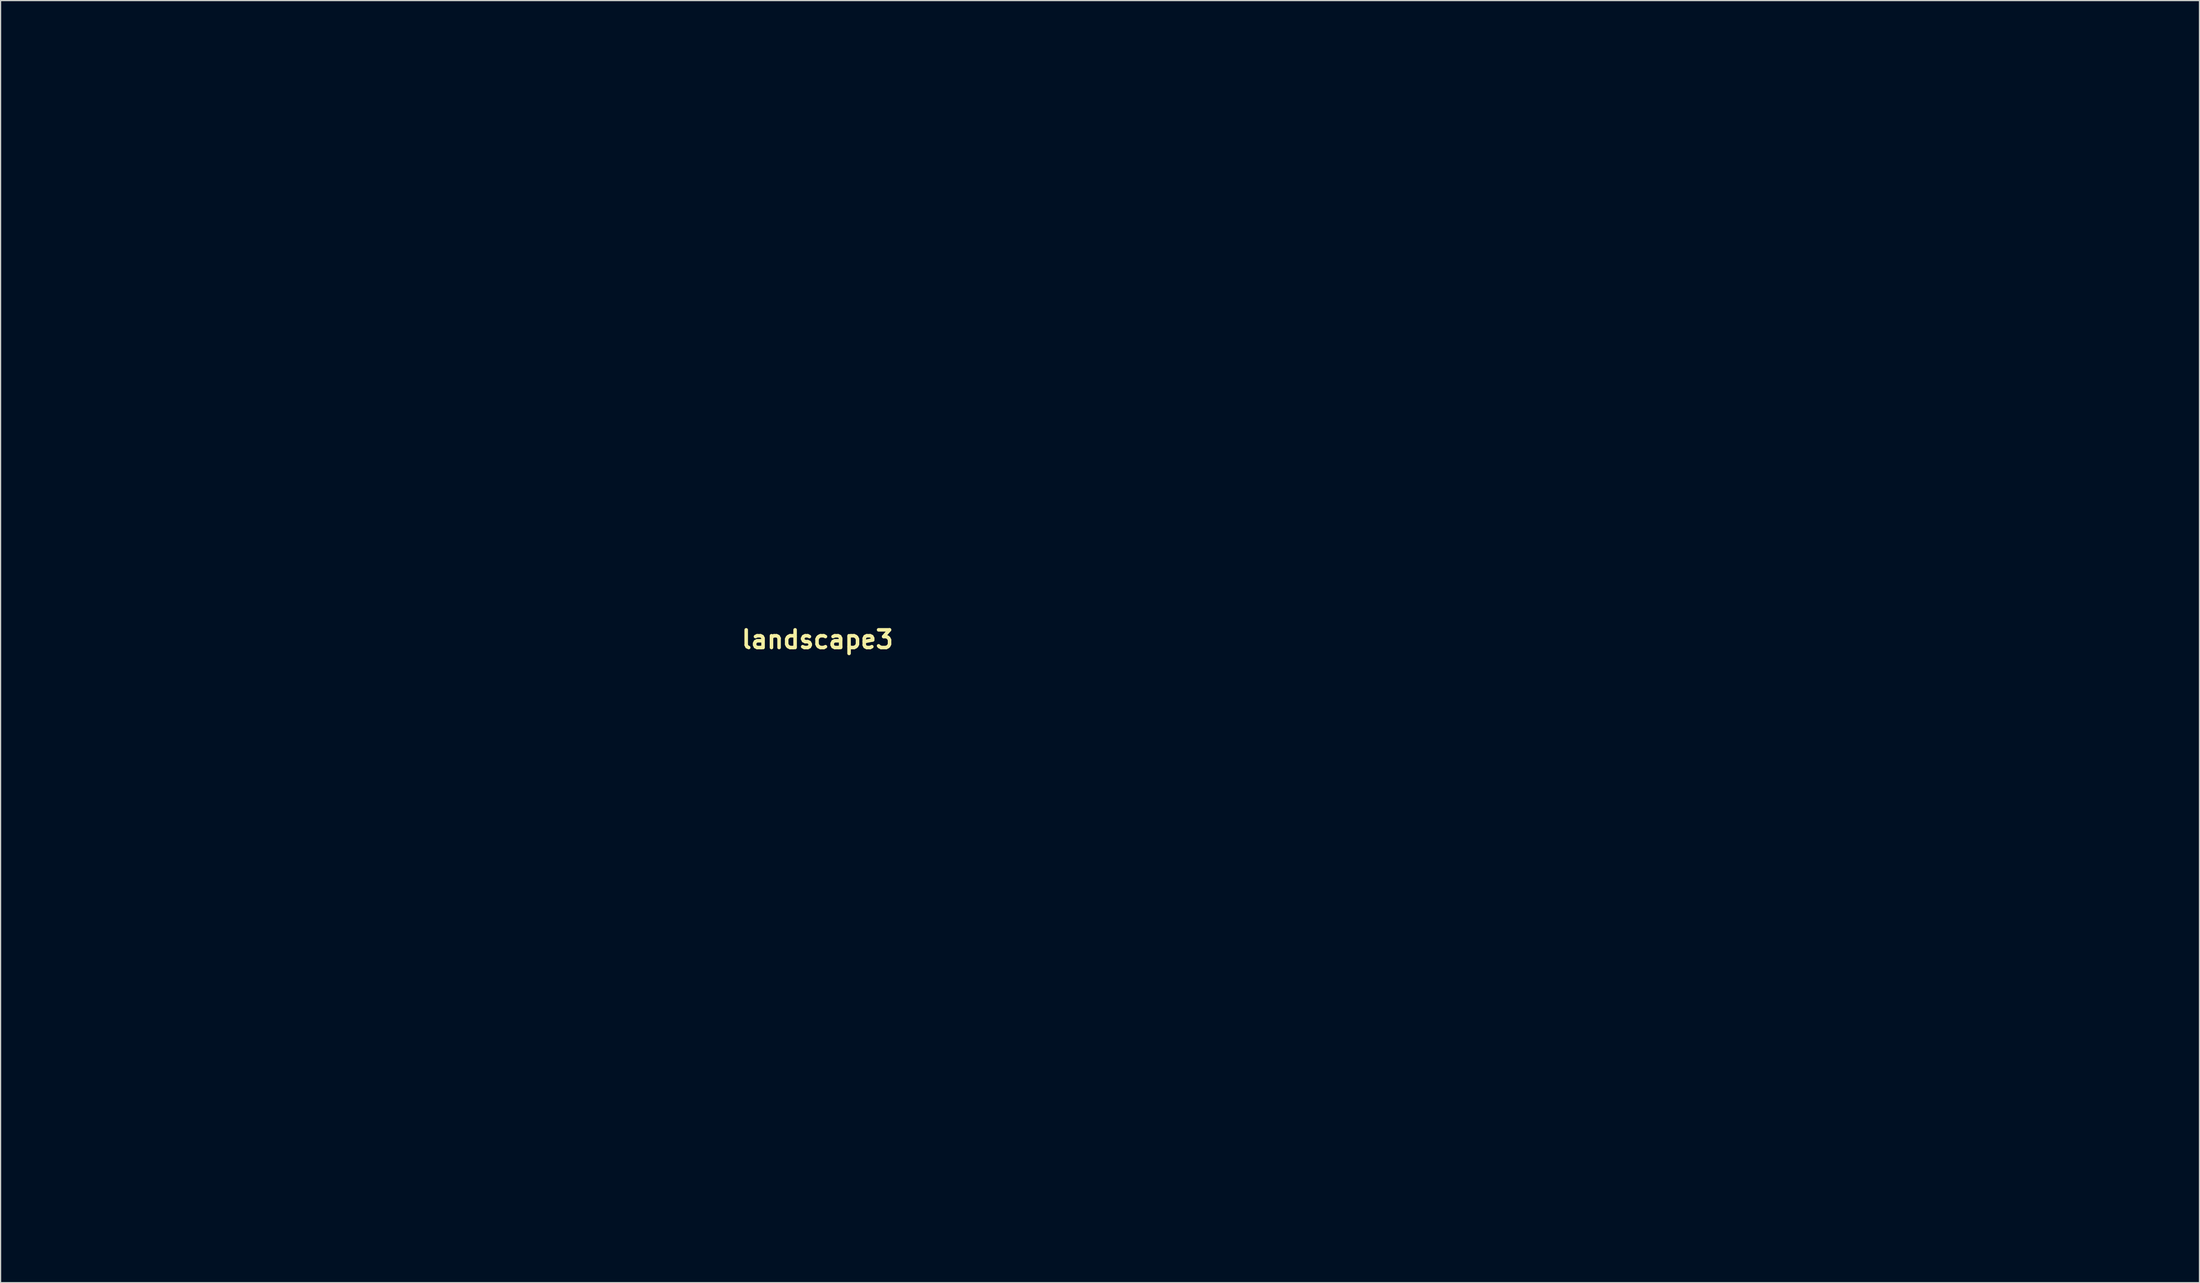
<source format=kicad_pcb>
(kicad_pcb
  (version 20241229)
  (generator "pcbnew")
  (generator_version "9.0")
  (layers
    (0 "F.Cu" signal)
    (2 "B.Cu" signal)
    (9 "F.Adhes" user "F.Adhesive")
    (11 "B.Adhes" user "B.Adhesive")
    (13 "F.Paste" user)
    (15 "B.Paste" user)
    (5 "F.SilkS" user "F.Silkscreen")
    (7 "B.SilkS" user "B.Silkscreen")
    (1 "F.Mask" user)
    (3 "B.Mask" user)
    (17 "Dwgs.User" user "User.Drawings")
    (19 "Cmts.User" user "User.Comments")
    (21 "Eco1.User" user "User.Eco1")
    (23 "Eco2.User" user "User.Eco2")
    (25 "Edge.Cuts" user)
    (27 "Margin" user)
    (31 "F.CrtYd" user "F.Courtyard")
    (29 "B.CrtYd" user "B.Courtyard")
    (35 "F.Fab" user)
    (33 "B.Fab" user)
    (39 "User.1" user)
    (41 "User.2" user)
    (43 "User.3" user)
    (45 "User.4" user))
  (footprint "landscape3"
    (layer "F.Cu")
    (at 66.195 51.153)
    (property "Reference" "landscape3" (at 0 0 0) (layer "F.SilkS") (effects (font (size 1.5 1.5) (thickness 0.3))))
    (attr board_only exclude_from_pos_files exclude_from_bom)
    (fp_poly (pts (xy -54.681 19.226) (xy -54.857 19.403) (xy -55.033 19.226) (xy -54.857 19.05)) (stroke (width 0) (type solid)) (fill yes) (layer "F.Mask"))
    (fp_poly (pts (xy -14.111 -50.976) (xy -14.287 -50.8) (xy -14.464 -50.976) (xy -14.287 -51.153)) (stroke (width 0) (type solid)) (fill yes) (layer "F.Mask"))
    (fp_poly (pts (xy -12.7 -50.976) (xy -12.876 -50.8) (xy -13.053 -50.976) (xy -12.876 -51.153)) (stroke (width 0) (type solid)) (fill yes) (layer "F.Mask"))
    (fp_poly (pts (xy -11.289 31.221) (xy -11.465 31.397) (xy -11.642 31.221) (xy -11.465 31.044)) (stroke (width 0) (type solid)) (fill yes) (layer "F.Mask"))
    (fp_poly (pts (xy 22.225 51.329) (xy 22.049 51.506) (xy 21.872 51.329) (xy 22.049 51.153)) (stroke (width 0) (type solid)) (fill yes) (layer "F.Mask"))
    (fp_poly (pts (xy 76.906 48.154) (xy 76.729 48.331) (xy 76.553 48.154) (xy 76.729 47.978)) (stroke (width 0) (type solid)) (fill yes) (layer "F.Mask"))
    (fp_poly (pts (xy -38.196 5.431) (xy -38.301 5.592) (xy -38.659 5.617) (xy -39.035 5.53) (xy -38.872 5.403) (xy -38.32 5.361)) (stroke (width 0) (type solid)) (fill yes) (layer "F.Mask"))
    (fp_poly (pts (xy -30.098 27.098) (xy -30.056 27.649) (xy -30.126 27.774) (xy -30.286 27.669) (xy -30.311 27.311) (xy -30.225 26.934)) (stroke (width 0) (type solid)) (fill yes) (layer "F.Mask"))
    (fp_poly (pts (xy -19.146 51.292) (xy -19.251 51.453) (xy -19.609 51.478) (xy -19.985 51.392) (xy -19.822 51.265) (xy -19.27 51.223)) (stroke (width 0) (type solid)) (fill yes) (layer "F.Mask"))
    (fp_poly (pts (xy -17.051 37.865) (xy -17.099 38.075) (xy -17.286 38.1) (xy -17.576 37.971) (xy -17.521 37.865) (xy -17.103 37.823)) (stroke (width 0) (type solid)) (fill yes) (layer "F.Mask"))
    (fp_poly (pts (xy 6.938 27.281) (xy 6.89 27.491) (xy 6.703 27.517) (xy 6.412 27.388) (xy 6.468 27.281) (xy 6.886 27.239)) (stroke (width 0) (type solid)) (fill yes) (layer "F.Mask"))
    (fp_poly (pts (xy 10.819 25.87) (xy 10.861 26.289) (xy 10.819 26.341) (xy 10.609 26.292) (xy 10.583 26.106) (xy 10.712 25.815)) (stroke (width 0) (type solid)) (fill yes) (layer "F.Mask"))
    (fp_poly (pts (xy 11.877 26.576) (xy 11.828 26.786) (xy 11.642 26.811) (xy 11.351 26.682) (xy 11.406 26.576) (xy 11.825 26.534)) (stroke (width 0) (type solid)) (fill yes) (layer "F.Mask"))
    (fp_poly (pts (xy 26.341 51.27) (xy 26.292 51.48) (xy 26.106 51.506) (xy 25.815 51.376) (xy 25.87 51.27) (xy 26.289 51.228)) (stroke (width 0) (type solid)) (fill yes) (layer "F.Mask"))
    (fp_poly (pts (xy 32.691 -26.694) (xy 32.733 -26.275) (xy 32.691 -26.223) (xy 32.481 -26.272) (xy 32.456 -26.458) (xy 32.585 -26.749)) (stroke (width 0) (type solid)) (fill yes) (layer "F.Mask"))
    (fp_poly (pts (xy 51.388 -15.052) (xy 51.34 -14.842) (xy 51.153 -14.817) (xy 50.862 -14.946) (xy 50.918 -15.052) (xy 51.336 -15.094)) (stroke (width 0) (type solid)) (fill yes) (layer "F.Mask"))
    (fp_poly (pts (xy 53.358 24.108) (xy 53.402 24.237) (xy 52.917 24.286) (xy 52.416 24.231) (xy 52.476 24.108) (xy 53.198 24.061)) (stroke (width 0) (type solid)) (fill yes) (layer "F.Mask"))
    (fp_poly (pts (xy 56.327 19.52) (xy 56.278 19.73) (xy 56.092 19.756) (xy 55.801 19.626) (xy 55.856 19.52) (xy 56.275 19.478)) (stroke (width 0) (type solid)) (fill yes) (layer "F.Mask"))
    (fp_poly (pts (xy 58.091 -0.235) (xy 58.042 -0.025) (xy 57.856 0) (xy 57.565 -0.129) (xy 57.62 -0.235) (xy 58.039 -0.277)) (stroke (width 0) (type solid)) (fill yes) (layer "F.Mask"))
    (fp_poly (pts (xy 58.297 17.758) (xy 58.341 17.887) (xy 57.856 17.936) (xy 57.355 17.881) (xy 57.415 17.758) (xy 58.137 17.711)) (stroke (width 0) (type solid)) (fill yes) (layer "F.Mask"))
    (fp_poly (pts (xy 59.002 13.877) (xy 59.046 14.006) (xy 58.561 14.055) (xy 58.06 14) (xy 58.12 13.877) (xy 58.842 13.831)) (stroke (width 0) (type solid)) (fill yes) (layer "F.Mask"))
    (fp_poly (pts (xy 59.149 25.165) (xy 59.191 25.583) (xy 59.149 25.635) (xy 58.939 25.587) (xy 58.914 25.4) (xy 59.043 25.11)) (stroke (width 0) (type solid)) (fill yes) (layer "F.Mask"))
    (fp_poly (pts (xy 61.266 49.154) (xy 61.308 49.572) (xy 61.266 49.624) (xy 61.056 49.576) (xy 61.031 49.389) (xy 61.16 49.099)) (stroke (width 0) (type solid)) (fill yes) (layer "F.Mask"))
    (fp_poly (pts (xy 62.883 5.411) (xy 62.927 5.54) (xy 62.442 5.589) (xy 61.941 5.533) (xy 62.001 5.411) (xy 62.723 5.364)) (stroke (width 0) (type solid)) (fill yes) (layer "F.Mask"))
    (fp_poly (pts (xy 63.052 0.845) (xy 62.946 1.006) (xy 62.589 1.03) (xy 62.212 0.944) (xy 62.376 0.817) (xy 62.927 0.775)) (stroke (width 0) (type solid)) (fill yes) (layer "F.Mask"))
    (fp_poly (pts (xy -5.708 -11.511) (xy -5.521 -11.124) (xy -5.525 -10.556) (xy -5.66 -10.397) (xy -5.926 -10.514) (xy -5.997 -10.915) (xy -5.919 -11.551)) (stroke (width 0) (type solid)) (fill yes) (layer "F.Mask"))
    (fp_poly (pts (xy -1.387 50.991) (xy -1.074 51.332) (xy -1.43 51.499) (xy -1.608 51.506) (xy -1.972 51.332) (xy -1.937 51.147) (xy -1.514 50.944)) (stroke (width 0) (type solid)) (fill yes) (layer "F.Mask"))
    (fp_poly (pts (xy 36.245 47.351) (xy 36.206 47.561) (xy 35.818 47.748) (xy 35.251 47.744) (xy 35.092 47.61) (xy 35.208 47.344) (xy 35.61 47.272)) (stroke (width 0) (type solid)) (fill yes) (layer "F.Mask"))
    (fp_poly (pts (xy 48.331 22.725) (xy 48.047 23.211) (xy 47.772 23.283) (xy 47.361 23.078) (xy 47.353 22.864) (xy 47.704 22.399) (xy 48.127 22.339)) (stroke (width 0) (type solid)) (fill yes) (layer "F.Mask"))
    (fp_poly (pts (xy 66.672 -3.164) (xy 66.472 -2.831) (xy 65.925 -2.692) (xy 65.672 -2.788) (xy 65.427 -3.07) (xy 65.814 -3.311) (xy 66.452 -3.407)) (stroke (width 0) (type solid)) (fill yes) (layer "F.Mask"))
    (fp_poly (pts (xy 86.753 45.272) (xy 86.36 45.791) (xy 85.707 46.195) (xy 85.247 45.944) (xy 85.397 45.617) (xy 85.932 45.271) (xy 86.612 45.061)) (stroke (width 0) (type solid)) (fill yes) (layer "F.Mask"))
    (fp_poly (pts (xy -19.555 -51.021) (xy -19.403 -50.821) (xy -19.632 -50.345) (xy -20.14 -50.361) (xy -20.464 -50.627) (xy -20.687 -51.03) (xy -20.318 -51.15) (xy -20.152 -51.153)) (stroke (width 0) (type solid)) (fill yes) (layer "F.Mask"))
    (fp_poly (pts (xy -13.26 38.974) (xy -13.229 39.158) (xy -13.507 39.688) (xy -13.67 39.776) (xy -14.024 39.612) (xy -14.111 39.158) (xy -13.949 38.599) (xy -13.67 38.541)) (stroke (width 0) (type solid)) (fill yes) (layer "F.Mask"))
    (fp_poly (pts (xy -11.642 36.865) (xy -11.305 37.182) (xy -11.289 37.239) (xy -11.562 37.39) (xy -11.642 37.394) (xy -11.981 37.123) (xy -11.994 37.021) (xy -11.778 36.81)) (stroke (width 0) (type solid)) (fill yes) (layer "F.Mask"))
    (fp_poly (pts (xy -5.292 -18.874) (xy -4.955 -18.557) (xy -4.939 -18.5) (xy -5.212 -18.348) (xy -5.292 -18.344) (xy -5.631 -18.616) (xy -5.644 -18.718) (xy -5.428 -18.929)) (stroke (width 0) (type solid)) (fill yes) (layer "F.Mask"))
    (fp_poly (pts (xy -3.667 43.921) (xy -3.704 44.097) (xy -4.213 44.418) (xy -4.451 44.45) (xy -4.8 44.274) (xy -4.763 44.097) (xy -4.254 43.776) (xy -4.015 43.744)) (stroke (width 0) (type solid)) (fill yes) (layer "F.Mask"))
    (fp_poly (pts (xy -0.014 -8.916) (xy 0 -8.819) (xy -0.12 -8.476) (xy -0.156 -8.467) (xy -0.457 -8.714) (xy -0.529 -8.819) (xy -0.501 -9.145) (xy -0.374 -9.172)) (stroke (width 0) (type solid)) (fill yes) (layer "F.Mask"))
    (fp_poly (pts (xy 5.119 20.955) (xy 5.076 21.317) (xy 4.718 21.733) (xy 4.251 21.865) (xy 3.955 21.684) (xy 3.969 21.431) (xy 4.404 20.985) (xy 4.702 20.876)) (stroke (width 0) (type solid)) (fill yes) (layer "F.Mask"))
    (fp_poly (pts (xy 11.955 -23.35) (xy 11.994 -23.107) (xy 11.804 -22.637) (xy 11.642 -22.578) (xy 11.329 -22.864) (xy 11.289 -23.107) (xy 11.479 -23.576) (xy 11.642 -23.636)) (stroke (width 0) (type solid)) (fill yes) (layer "F.Mask"))
    (fp_poly (pts (xy 22.435 24.16) (xy 22.401 24.342) (xy 21.95 24.681) (xy 21.851 24.694) (xy 21.529 24.425) (xy 21.519 24.342) (xy 21.807 24.032) (xy 22.069 23.989)) (stroke (width 0) (type solid)) (fill yes) (layer "F.Mask"))
    (fp_poly (pts (xy 27.157 49.819) (xy 27.613 50.253) (xy 27.649 50.518) (xy 27.147 50.785) (xy 26.518 50.664) (xy 26.282 50.447) (xy 26.178 49.887) (xy 26.555 49.64)) (stroke (width 0) (type solid)) (fill yes) (layer "F.Mask"))
    (fp_poly (pts (xy 28.515 25.227) (xy 28.575 25.379) (xy 28.342 25.84) (xy 27.889 25.95) (xy 27.742 25.861) (xy 27.528 25.349) (xy 27.905 25.057) (xy 28.046 25.047)) (stroke (width 0) (type solid)) (fill yes) (layer "F.Mask"))
    (fp_poly (pts (xy 34.097 47.777) (xy 34.219 47.978) (xy 33.917 48.241) (xy 33.317 48.331) (xy 32.716 48.219) (xy 32.632 47.978) (xy 33.13 47.681) (xy 33.535 47.625)) (stroke (width 0) (type solid)) (fill yes) (layer "F.Mask"))
    (fp_poly (pts (xy 48.788 24.951) (xy 48.86 25.047) (xy 48.78 25.349) (xy 48.528 25.4) (xy 48.045 25.216) (xy 47.978 25.047) (xy 48.231 24.705) (xy 48.31 24.694)) (stroke (width 0) (type solid)) (fill yes) (layer "F.Mask"))
    (fp_poly (pts (xy 50.79 -6.082) (xy 50.8 -5.997) (xy 50.532 -5.655) (xy 50.447 -5.644) (xy 50.105 -5.913) (xy 50.094 -5.997) (xy 50.363 -6.34) (xy 50.447 -6.35)) (stroke (width 0) (type solid)) (fill yes) (layer "F.Mask"))
    (fp_poly (pts (xy 50.994 -2.989) (xy 51.007 -2.596) (xy 50.553 -2.241) (xy 50.33 -2.179) (xy 49.826 -2.331) (xy 49.742 -2.62) (xy 50.038 -3.078) (xy 50.477 -3.175)) (stroke (width 0) (type solid)) (fill yes) (layer "F.Mask"))
    (fp_poly (pts (xy 53.303 -6.105) (xy 53.578 -5.452) (xy 53.567 -5.121) (xy 53.348 -4.743) (xy 53.181 -4.79) (xy 52.961 -5.332) (xy 52.917 -5.774) (xy 53.011 -6.244)) (stroke (width 0) (type solid)) (fill yes) (layer "F.Mask"))
    (fp_poly (pts (xy 53.369 -8.393) (xy 53.584 -7.975) (xy 53.389 -7.349) (xy 53.044 -6.577) (xy 52.441 -7.434) (xy 52.054 -8.042) (xy 52.118 -8.299) (xy 52.584 -8.407)) (stroke (width 0) (type solid)) (fill yes) (layer "F.Mask"))
    (fp_poly (pts (xy 55.019 -15.972) (xy 55.033 -15.875) (xy 54.913 -15.531) (xy 54.878 -15.522) (xy 54.577 -15.769) (xy 54.504 -15.875) (xy 54.532 -16.2) (xy 54.66 -16.228)) (stroke (width 0) (type solid)) (fill yes) (layer "F.Mask"))
    (fp_poly (pts (xy 55.834 3.296) (xy 55.846 3.412) (xy 55.293 3.459) (xy 55.21 3.459) (xy 54.663 3.408) (xy 54.715 3.301) (xy 54.775 3.283) (xy 55.544 3.232)) (stroke (width 0) (type solid)) (fill yes) (layer "F.Mask"))
    (fp_poly (pts (xy 62.727 -1.699) (xy 62.794 -1.39) (xy 62.486 -1.168) (xy 61.735 -1.071) (xy 61.648 -1.071) (xy 60.501 -1.083) (xy 61.379 -1.569) (xy 62.253 -1.892)) (stroke (width 0) (type solid)) (fill yes) (layer "F.Mask"))
    (fp_poly (pts (xy 65.958 1.572) (xy 66.08 1.988) (xy 65.815 2.34) (xy 65.378 2.507) (xy 64.967 2.075) (xy 64.743 1.569) (xy 65.05 1.416) (xy 65.24 1.411)) (stroke (width 0) (type solid)) (fill yes) (layer "F.Mask"))
    (fp_poly (pts (xy 70.203 48.934) (xy 70.773 49.139) (xy 70.908 49.254) (xy 70.611 49.364) (xy 70.203 49.389) (xy 69.629 49.255) (xy 69.497 49.069) (xy 69.778 48.888)) (stroke (width 0) (type solid)) (fill yes) (layer "F.Mask"))
    (fp_poly (pts (xy 70.477 -11.725) (xy 70.493 -11.406) (xy 70.167 -10.818) (xy 69.666 -10.667) (xy 69.332 -10.917) (xy 69.274 -11.523) (xy 69.738 -11.939) (xy 70.073 -11.994)) (stroke (width 0) (type solid)) (fill yes) (layer "F.Mask"))
    (fp_poly (pts (xy 71.899 -4.755) (xy 71.967 -4.586) (xy 71.713 -4.243) (xy 71.635 -4.233) (xy 71.157 -4.49) (xy 71.085 -4.586) (xy 71.165 -4.888) (xy 71.417 -4.939)) (stroke (width 0) (type solid)) (fill yes) (layer "F.Mask"))
    (fp_poly (pts (xy 73.129 51.057) (xy 73.201 51.153) (xy 73.185 51.478) (xy 73.067 51.506) (xy 72.568 51.248) (xy 72.496 51.153) (xy 72.512 50.827) (xy 72.631 50.8)) (stroke (width 0) (type solid)) (fill yes) (layer "F.Mask"))
    (fp_poly (pts (xy 73.692 46.5) (xy 73.731 46.743) (xy 73.655 47.214) (xy 73.592 47.272) (xy 73.364 46.996) (xy 73.25 46.743) (xy 73.243 46.289) (xy 73.389 46.214)) (stroke (width 0) (type solid)) (fill yes) (layer "F.Mask"))
    (fp_poly (pts (xy 76.167 -16.947) (xy 76.243 -16.819) (xy 76.469 -16.229) (xy 76.381 -15.951) (xy 76.082 -16.11) (xy 75.877 -16.636) (xy 75.858 -16.904) (xy 75.924 -17.232)) (stroke (width 0) (type solid)) (fill yes) (layer "F.Mask"))
    (fp_poly (pts (xy 76.543 46.483) (xy 76.553 46.567) (xy 76.266 46.876) (xy 76.003 46.919) (xy 75.638 46.748) (xy 75.671 46.567) (xy 76.122 46.227) (xy 76.221 46.214)) (stroke (width 0) (type solid)) (fill yes) (layer "F.Mask"))
    (fp_poly (pts (xy 82.065 14.612) (xy 82.197 14.817) (xy 81.902 15.103) (xy 81.492 15.169) (xy 80.918 15.022) (xy 80.786 14.817) (xy 81.082 14.53) (xy 81.492 14.464)) (stroke (width 0) (type solid)) (fill yes) (layer "F.Mask"))
    (fp_poly (pts (xy 88.405 -5.161) (xy 88.018 -4.939) (xy 87.27 -4.674) (xy 86.884 -4.641) (xy 86.993 -4.839) (xy 87.136 -4.939) (xy 87.889 -5.231) (xy 88.194 -5.261)) (stroke (width 0) (type solid)) (fill yes) (layer "F.Mask"))
    (fp_poly (pts (xy -26.392 32.742) (xy -26.227 33) (xy -26.124 33.55) (xy -26.499 33.669) (xy -26.899 33.599) (xy -27.396 33.272) (xy -27.488 32.797) (xy -27.153 32.477) (xy -26.976 32.456)) (stroke (width 0) (type solid)) (fill yes) (layer "F.Mask"))
    (fp_poly (pts (xy 2.619 -7.949) (xy 4.056 -7.265) (xy 4.815 -6.643) (xy 4.939 -6.307) (xy 4.714 -6.008) (xy 4.086 -6.202) (xy 3.128 -6.859) (xy 2.646 -7.264) (xy 1.235 -8.504)) (stroke (width 0) (type solid)) (fill yes) (layer "F.Mask"))
    (fp_poly (pts (xy 15.425 27.107) (xy 15.624 27.517) (xy 15.678 28.081) (xy 15.574 28.222) (xy 15.227 27.959) (xy 14.899 27.517) (xy 14.638 26.981) (xy 14.837 26.815) (xy 14.949 26.811)) (stroke (width 0) (type solid)) (fill yes) (layer "F.Mask"))
    (fp_poly (pts (xy 33.755 51.111) (xy 33.765 51.117) (xy 33.936 51.31) (xy 33.577 51.419) (xy 32.618 51.456) (xy 31.926 51.453) (xy 29.457 51.422) (xy 31.296 51.086) (xy 32.824 50.925)) (stroke (width 0) (type solid)) (fill yes) (layer "F.Mask"))
    (fp_poly (pts (xy 58.693 4.997) (xy 59.056 5.119) (xy 58.914 5.292) (xy 57.897 5.599) (xy 56.645 5.302) (xy 56.621 5.292) (xy 56.373 5.11) (xy 56.722 5.008) (xy 57.679 4.969)) (stroke (width 0) (type solid)) (fill yes) (layer "F.Mask"))
    (fp_poly (pts (xy 65.598 -0.395) (xy 65.455 -0.023) (xy 64.877 0.328) (xy 64.045 0.122) (xy 63.909 0.042) (xy 63.754 -0.211) (xy 64.248 -0.411) (xy 64.438 -0.451) (xy 65.308 -0.557)) (stroke (width 0) (type solid)) (fill yes) (layer "F.Mask"))
    (fp_poly (pts (xy 69.021 22.799) (xy 69.268 23.096) (xy 69.322 23.644) (xy 68.969 23.713) (xy 68.338 23.285) (xy 68.289 23.238) (xy 67.831 22.758) (xy 67.895 22.595) (xy 68.339 22.578)) (stroke (width 0) (type solid)) (fill yes) (layer "F.Mask"))
    (fp_poly (pts (xy -63.422 1.002) (xy -63.37 1.047) (xy -63.208 1.364) (xy -63.401 1.411) (xy -64.065 1.53) (xy -64.353 1.625) (xy -64.824 1.642) (xy -64.911 1.487) (xy -64.625 1.057) (xy -64.008 0.86)) (stroke (width 0) (type solid)) (fill yes) (layer "F.Mask"))
    (fp_poly (pts (xy -4.994 -2.897) (xy -4.956 -2.254) (xy -5.14 -1.533) (xy -5.464 -1.062) (xy -5.927 -0.819) (xy -6.197 -1.167) (xy -6.206 -1.845) (xy -5.92 -2.598) (xy -5.485 -3.109) (xy -5.279 -3.175)) (stroke (width 0) (type solid)) (fill yes) (layer "F.Mask"))
    (fp_poly (pts (xy 55.677 17.532) (xy 56.295 17.793) (xy 56.444 18.03) (xy 56.138 18.278) (xy 55.287 18.245) (xy 54.328 18.028) (xy 53.751 17.827) (xy 53.811 17.656) (xy 54.091 17.535) (xy 54.846 17.425)) (stroke (width 0) (type solid)) (fill yes) (layer "F.Mask"))
    (fp_poly (pts (xy 60.832 3.494) (xy 60.842 3.508) (xy 60.852 3.895) (xy 60.221 3.99) (xy 59.267 3.859) (xy 58.454 3.682) (xy 58.286 3.556) (xy 58.784 3.435) (xy 59.513 3.332) (xy 60.349 3.321)) (stroke (width 0) (type solid)) (fill yes) (layer "F.Mask"))
    (fp_poly (pts (xy 64.57 15.969) (xy 64.744 16.211) (xy 64.735 16.228) (xy 64.236 16.527) (xy 63.853 16.581) (xy 63.186 16.414) (xy 62.971 16.228) (xy 63.11 15.979) (xy 63.801 15.875) (xy 63.853 15.875)) (stroke (width 0) (type solid)) (fill yes) (layer "F.Mask"))
    (fp_poly (pts (xy 88.983 -3.073) (xy 89.606 -2.822) (xy 89.815 -2.587) (xy 89.422 -2.486) (xy 89.009 -2.475) (xy 88.162 -2.572) (xy 87.672 -2.813) (xy 87.665 -2.822) (xy 87.755 -3.078) (xy 88.277 -3.161)) (stroke (width 0) (type solid)) (fill yes) (layer "F.Mask"))
    (fp_poly (pts (xy 93.716 -17.036) (xy 93.748 -16.911) (xy 93.717 -16.169) (xy 93.535 -15.5) (xy 93.267 -14.945) (xy 93.066 -15.013) (xy 92.965 -15.23) (xy 92.943 -15.969) (xy 93.179 -16.641) (xy 93.528 -17.149)) (stroke (width 0) (type solid)) (fill yes) (layer "F.Mask"))
    (fp_poly (pts (xy 103.679 -10.278) (xy 104.023 -9.549) (xy 104.069 -9.143) (xy 103.803 -8.863) (xy 103.256 -8.86) (xy 102.894 -9.055) (xy 102.661 -9.615) (xy 102.747 -10.24) (xy 103.093 -10.579) (xy 103.15 -10.583)) (stroke (width 0) (type solid)) (fill yes) (layer "F.Mask"))
    (fp_poly (pts (xy -4.766 35.106) (xy -4.233 35.454) (xy -4.057 35.776) (xy -4.309 35.934) (xy -5.113 35.982) (xy -5.414 35.983) (xy -6.406 35.938) (xy -6.831 35.77) (xy -6.83 35.454) (xy -6.36 35.061) (xy -5.65 34.925)) (stroke (width 0) (type solid)) (fill yes) (layer "F.Mask"))
    (fp_poly (pts (xy 26.411 -12.195) (xy 27.278 -11.825) (xy 27.808 -11.335) (xy 27.869 -11.121) (xy 27.676 -10.642) (xy 27.153 -10.726) (xy 26.502 -11.245) (xy 25.817 -11.824) (xy 25.356 -12.099) (xy 25.122 -12.262) (xy 25.465 -12.319)) (stroke (width 0) (type solid)) (fill yes) (layer "F.Mask"))
    (fp_poly (pts (xy 67.748 15.728) (xy 68.086 16.051) (xy 68.266 16.378) (xy 68.008 16.532) (xy 67.19 16.57) (xy 66.983 16.569) (xy 66.06 16.543) (xy 65.741 16.44) (xy 65.925 16.197) (xy 66.125 16.04) (xy 67.029 15.568)) (stroke (width 0) (type solid)) (fill yes) (layer "F.Mask"))
    (fp_poly (pts (xy 90.067 -8.62) (xy 90.778 -8.2) (xy 91.017 -7.583) (xy 90.717 -7.184) (xy 90.013 -6.962) (xy 89.194 -6.976) (xy 88.757 -7.128) (xy 88.242 -7.667) (xy 88.368 -8.22) (xy 89.095 -8.616) (xy 89.11 -8.62)) (stroke (width 0) (type solid)) (fill yes) (layer "F.Mask"))
    (fp_poly (pts (xy 110.119 -8.498) (xy 110.243 -8.467) (xy 110.849 -8.298) (xy 110.877 -8.212) (xy 110.274 -8.17) (xy 109.823 -8.156) (xy 108.855 -8.207) (xy 108.219 -8.385) (xy 108.126 -8.467) (xy 108.207 -8.729) (xy 108.89 -8.739)) (stroke (width 0) (type solid)) (fill yes) (layer "F.Mask"))
    (fp_poly (pts (xy -31.894 -1.568) (xy -31.115 -1.099) (xy -30.402 -0.537) (xy -30.006 -0.062) (xy -29.986 0.024) (xy -30.205 0.35) (xy -30.77 0.211) (xy -31.549 -0.342) (xy -31.926 -0.706) (xy -32.447 -1.346) (xy -32.574 -1.722) (xy -32.488 -1.764)) (stroke (width 0) (type solid)) (fill yes) (layer "F.Mask"))
    (fp_poly (pts (xy 11.11 -13.119) (xy 11.453 -12.347) (xy 11.339 -11.231) (xy 11.113 -10.504) (xy 11.01 -10.419) (xy 10.969 -10.937) (xy 10.968 -10.981) (xy 10.752 -11.852) (xy 10.407 -12.347) (xy 9.934 -12.924) (xy 10.009 -13.318) (xy 10.364 -13.406)) (stroke (width 0) (type solid)) (fill yes) (layer "F.Mask"))
    (fp_poly (pts (xy 23.889 50.102) (xy 24.278 50.712) (xy 24.241 51.364) (xy 23.829 51.439) (xy 23.283 51.153) (xy 22.511 50.874) (xy 21.917 50.805) (xy 21.348 50.736) (xy 21.384 50.448) (xy 21.534 50.253) (xy 22.241 49.826) (xy 23.118 49.792)) (stroke (width 0) (type solid)) (fill yes) (layer "F.Mask"))
    (fp_poly (pts (xy 54.001 11.956) (xy 54.346 12.114) (xy 55.068 12.678) (xy 55.096 13.267) (xy 54.438 13.826) (xy 54.085 13.989) (xy 53.311 14.258) (xy 52.937 14.177) (xy 52.739 13.754) (xy 52.755 12.928) (xy 53.001 12.372) (xy 53.452 11.912)) (stroke (width 0) (type solid)) (fill yes) (layer "F.Mask"))
    (fp_poly (pts (xy 64.191 30.709) (xy 64.403 30.857) (xy 64.82 31.247) (xy 64.648 31.386) (xy 64.558 31.391) (xy 63.795 31.493) (xy 63.235 31.62) (xy 62.629 31.661) (xy 62.445 31.225) (xy 62.442 31.086) (xy 62.688 30.487) (xy 63.323 30.356)) (stroke (width 0) (type solid)) (fill yes) (layer "F.Mask"))
    (fp_poly (pts (xy -25.392 34.667) (xy -24.22 34.891) (xy -22.754 35.221) (xy -21.94 35.424) (xy -21.776 35.522) (xy -22.223 35.552) (xy -22.401 35.554) (xy -23.537 35.47) (xy -24.624 35.283) (xy -25.489 35.022) (xy -26.017 34.762) (xy -26.035 34.744) (xy -25.98 34.621)) (stroke (width 0) (type solid)) (fill yes) (layer "F.Mask"))
    (fp_poly (pts (xy 2.537 27.224) (xy 2.418 27.401) (xy 1.707 27.764) (xy 1.461 27.877) (xy 0.197 28.392) (xy -0.612 28.557) (xy -1.112 28.396) (xy -1.179 28.337) (xy -1.055 28.092) (xy -0.448 27.78) (xy 0.436 27.476) (xy 1.388 27.251) (xy 2.117 27.177)) (stroke (width 0) (type solid)) (fill yes) (layer "F.Mask"))
    (fp_poly (pts (xy 10.169 20.075) (xy 10.687 20.503) (xy 10.749 20.832) (xy 10.385 21.059) (xy 9.616 21.095) (xy 8.331 20.941) (xy 7.585 20.814) (xy 6.174 20.561) (xy 7.644 20.511) (xy 8.586 20.392) (xy 9.174 20.155) (xy 9.248 20.058) (xy 9.529 19.837)) (stroke (width 0) (type solid)) (fill yes) (layer "F.Mask"))
    (fp_poly (pts (xy 30.758 48.816) (xy 31.469 49.13) (xy 32.19 49.501) (xy 32.674 49.804) (xy 32.742 49.905) (xy 32.022 50.153) (xy 30.921 50.188) (xy 29.728 50.01) (xy 29.457 49.934) (xy 28.046 49.492) (xy 29.039 49.088) (xy 29.831 48.799) (xy 30.308 48.683)) (stroke (width 0) (type solid)) (fill yes) (layer "F.Mask"))
    (fp_poly (pts (xy 52.893 -11.164) (xy 53.626 -10.906) (xy 54.303 -10.597) (xy 54.708 -10.335) (xy 54.681 -10.223) (xy 53.445 -10.069) (xy 52.325 -10.056) (xy 51.59 -10.184) (xy 51.532 -10.214) (xy 51.238 -10.646) (xy 51.496 -11.059) (xy 52.171 -11.273) (xy 52.32 -11.276)) (stroke (width 0) (type solid)) (fill yes) (layer "F.Mask"))
    (fp_poly (pts (xy 108.976 -15.592) (xy 109.083 -15.457) (xy 109.779 -14.934) (xy 110.419 -14.713) (xy 110.851 -14.61) (xy 110.632 -14.547) (xy 110.067 -14.517) (xy 109.111 -14.561) (xy 108.444 -14.724) (xy 108.41 -14.743) (xy 108.182 -15.222) (xy 108.307 -15.53) (xy 108.62 -15.852)) (stroke (width 0) (type solid)) (fill yes) (layer "F.Mask"))
    (fp_poly (pts (xy 113.916 20.358) (xy 113.947 21.023) (xy 113.925 21.818) (xy 113.869 22.193) (xy 113.859 22.197) (xy 113.502 22.07) (xy 112.804 21.816) (xy 112.149 21.48) (xy 112.07 21.063) (xy 112.175 20.829) (xy 112.787 20.212) (xy 113.23 20.009) (xy 113.717 19.981)) (stroke (width 0) (type solid)) (fill yes) (layer "F.Mask"))
    (fp_poly (pts (xy 98.049 -16.206) (xy 98.012 -15.662) (xy 97.803 -14.932) (xy 97.297 -14.617) (xy 96.349 -14.659) (xy 95.783 -14.769) (xy 94.951 -15.119) (xy 94.587 -15.594) (xy 94.725 -16.022) (xy 95.401 -16.231) (xy 95.489 -16.233) (xy 96.564 -16.318) (xy 97.307 -16.457) (xy 97.879 -16.533)) (stroke (width 0) (type solid)) (fill yes) (layer "F.Mask"))
    (fp_poly (pts (xy 64.802 28.247) (xy 65.872 28.334) (xy 66.736 28.521) (xy 67.23 28.754) (xy 67.188 28.985) (xy 67.181 28.989) (xy 66.331 29.359) (xy 65.754 29.424) (xy 65.617 29.269) (xy 65.315 29.01) (xy 64.756 28.928) (xy 64.009 28.798) (xy 63.676 28.575) (xy 63.829 28.344) (xy 64.565 28.247)) (stroke (width 0) (type solid)) (fill yes) (layer "F.Mask"))
    (fp_poly (pts (xy 70.542 -19.292) (xy 70.556 -18.927) (xy 70.246 -18.037) (xy 69.415 -17.421) (xy 68.212 -17.126) (xy 66.785 -17.203) (xy 65.996 -17.409) (xy 65.026 -17.826) (xy 64.749 -18.2) (xy 65.168 -18.537) (xy 66.287 -18.846) (xy 66.758 -18.934) (xy 68.061 -19.179) (xy 69.183 -19.423) (xy 69.762 -19.578) (xy 70.345 -19.67)) (stroke (width 0) (type solid)) (fill yes) (layer "F.Mask"))
    (fp_poly (pts (xy 73.661 17.317) (xy 74.429 17.429) (xy 74.753 17.65) (xy 74.789 17.815) (xy 74.74 18.077) (xy 74.507 18.226) (xy 73.962 18.271) (xy 72.977 18.224) (xy 71.423 18.093) (xy 71.349 18.086) (xy 70.287 17.926) (xy 69.876 17.725) (xy 70.066 17.524) (xy 70.809 17.365) (xy 72.053 17.288) (xy 72.319 17.286)) (stroke (width 0) (type solid)) (fill yes) (layer "F.Mask"))
    (fp_poly (pts (xy -1.944 44.447) (xy -1.116 44.718) (xy -0.18 44.65) (xy 0.704 44.566) (xy 1.048 44.771) (xy 1.063 44.875) (xy 1.155 45.57) (xy 1.281 46.126) (xy 1.27 46.761) (xy 0.783 46.895) (xy -0.153 46.521) (xy -0.176 46.508) (xy -1.047 45.923) (xy -1.845 45.225) (xy -2.369 44.603) (xy -2.469 44.345) (xy -2.256 44.254)) (stroke (width 0) (type solid)) (fill yes) (layer "F.Mask"))
    (fp_poly (pts (xy 12.272 22.917) (xy 13.377 23.029) (xy 14.177 23.241) (xy 14.418 23.404) (xy 14.618 23.973) (xy 14.264 24.28) (xy 13.964 24.273) (xy 13.436 24.22) (xy 12.426 24.15) (xy 11.201 24.08) (xy 9.854 23.969) (xy 9.1 23.79) (xy 8.826 23.513) (xy 8.819 23.444) (xy 9.136 23.169) (xy 9.95 22.988) (xy 11.063 22.904)) (stroke (width 0) (type solid)) (fill yes) (layer "F.Mask"))
    (fp_poly (pts (xy 21.744 -14.99) (xy 22.565 -14.523) (xy 23.105 -14.028) (xy 23.161 -13.922) (xy 23.108 -13.239) (xy 22.802 -12.773) (xy 22.409 -12.444) (xy 22.252 -12.621) (xy 22.225 -13.33) (xy 22.143 -14.122) (xy 21.791 -14.427) (xy 21.364 -14.464) (xy 20.63 -14.6) (xy 20.224 -14.911) (xy 20.32 -15.255) (xy 20.371 -15.29) (xy 20.92 -15.291)) (stroke (width 0) (type solid)) (fill yes) (layer "F.Mask"))
    (fp_poly (pts (xy 100.447 -9.482) (xy 100.006 -8.742) (xy 99.469 -8.247) (xy 99.005 -8.1) (xy 98.781 -8.4) (xy 98.778 -8.469) (xy 98.476 -8.719) (xy 97.719 -8.643) (xy 96.98 -8.546) (xy 96.698 -8.788) (xy 96.661 -9.232) (xy 96.785 -9.815) (xy 97.294 -10.058) (xy 97.808 -10.104) (xy 98.98 -10.226) (xy 99.944 -10.414) (xy 100.933 -10.673)) (stroke (width 0) (type solid)) (fill yes) (layer "F.Mask"))
    (fp_poly (pts (xy -34.815 -1.755) (xy -33.961 -1.291) (xy -33.074 -0.597) (xy -32.195 0.187) (xy -31.588 0.815) (xy -31.397 1.114) (xy -31.71 1.3) (xy -32.492 1.404) (xy -32.804 1.411) (xy -33.753 1.342) (xy -34.288 1.014) (xy -34.695 0.249) (xy -34.708 0.219) (xy -35.159 -0.651) (xy -35.608 -1.216) (xy -35.659 -1.253) (xy -35.861 -1.528) (xy -35.431 -1.772)) (stroke (width 0) (type solid)) (fill yes) (layer "F.Mask"))
    (fp_poly (pts (xy -19.658 28.733) (xy -19.289 28.857) (xy -18.114 29.16) (xy -16.996 29.281) (xy -16.113 29.393) (xy -15.832 29.656) (xy -16.101 29.96) (xy -16.868 30.195) (xy -17.462 30.255) (xy -18.497 30.237) (xy -18.974 30.041) (xy -19.05 29.802) (xy -19.357 29.397) (xy -20.179 29.281) (xy -20.903 29.226) (xy -21.02 29.025) (xy -20.884 28.857) (xy -20.408 28.615)) (stroke (width 0) (type solid)) (fill yes) (layer "F.Mask"))
    (fp_poly (pts (xy -12.256 -19.668) (xy -11.948 -19.248) (xy -11.743 -18.399) (xy -11.675 -17.393) (xy -11.774 -16.502) (xy -11.85 -16.279) (xy -12.037 -15.538) (xy -12.035 -15.258) (xy -12.102 -14.831) (xy -12.403 -14.874) (xy -12.751 -15.293) (xy -12.909 -15.703) (xy -12.919 -16.618) (xy -12.695 -17.115) (xy -12.427 -17.903) (xy -12.477 -18.726) (xy -12.55 -19.489) (xy -12.328 -19.686)) (stroke (width 0) (type solid)) (fill yes) (layer "F.Mask"))
    (fp_poly (pts (xy 59.888 -16.095) (xy 61.24 -15.913) (xy 62.596 -15.658) (xy 63.735 -15.367) (xy 64.435 -15.077) (xy 64.505 -15.021) (xy 64.78 -14.711) (xy 64.768 -14.543) (xy 64.365 -14.507) (xy 63.469 -14.594) (xy 62.002 -14.792) (xy 60.918 -15.016) (xy 60.106 -15.313) (xy 59.903 -15.45) (xy 59.238 -15.791) (xy 58.579 -15.903) (xy 58.053 -15.974) (xy 58.077 -16.094) (xy 58.76 -16.168)) (stroke (width 0) (type solid)) (fill yes) (layer "F.Mask"))
    (fp_poly (pts (xy 82.12 -17.777) (xy 82.048 -16.845) (xy 81.776 -15.641) (xy 81.45 -14.99) (xy 81.108 -14.966) (xy 81.097 -14.976) (xy 80.668 -15.109) (xy 79.811 -15.229) (xy 79.533 -15.254) (xy 78.605 -15.397) (xy 78.203 -15.705) (xy 78.14 -16.059) (xy 78.299 -16.566) (xy 78.897 -16.675) (xy 79.078 -16.66) (xy 80.044 -16.842) (xy 80.717 -17.454) (xy 81.452 -18.212) (xy 81.928 -18.316)) (stroke (width 0) (type solid)) (fill yes) (layer "F.Mask"))
    (fp_poly (pts (xy 92.718 -9.268) (xy 92.982 -9.021) (xy 93.71 -8.567) (xy 94.174 -8.467) (xy 95.012 -8.143) (xy 95.641 -7.159) (xy 95.713 -6.967) (xy 95.776 -6.444) (xy 95.492 -6.418) (xy 94.992 -6.865) (xy 94.779 -7.144) (xy 94.333 -7.658) (xy 94.017 -7.604) (xy 93.881 -7.431) (xy 93.416 -7.166) (xy 92.91 -7.43) (xy 92.53 -8.075) (xy 92.428 -8.711) (xy 92.476 -9.301)) (stroke (width 0) (type solid)) (fill yes) (layer "F.Mask"))
    (fp_poly (pts (xy -18.103 35.692) (xy -17.992 36.028) (xy -18.289 36.568) (xy -18.733 36.8) (xy -19.223 37.093) (xy -19.241 37.371) (xy -19.093 37.692) (xy -19.117 37.705) (xy -19.488 37.569) (xy -20.259 37.29) (xy -20.426 37.229) (xy -21.152 36.876) (xy -21.268 36.586) (xy -21.214 36.541) (xy -20.946 36.139) (xy -20.983 35.994) (xy -20.782 35.797) (xy -20.066 35.63) (xy -19.578 35.575) (xy -18.577 35.544)) (stroke (width 0) (type solid)) (fill yes) (layer "F.Mask"))
    (fp_poly (pts (xy 25.472 24.677) (xy 25.679 24.935) (xy 25.703 25.025) (xy 26.032 25.797) (xy 26.174 26.002) (xy 26.337 26.599) (xy 26.037 27.078) (xy 25.732 27.164) (xy 25.41 26.895) (xy 25.4 26.811) (xy 25.117 26.492) (xy 24.909 26.458) (xy 24.364 26.174) (xy 24.214 25.929) (xy 23.738 25.496) (xy 23.206 25.365) (xy 22.992 25.275) (xy 23.417 25.073) (xy 23.989 24.903) (xy 24.972 24.671)) (stroke (width 0) (type solid)) (fill yes) (layer "F.Mask"))
    (fp_poly (pts (xy 65.956 20.925) (xy 66.994 21.131) (xy 67.028 21.141) (xy 68.029 21.208) (xy 68.71 21.046) (xy 69.416 20.897) (xy 70.033 21.265) (xy 70.209 21.445) (xy 70.712 22.044) (xy 70.908 22.387) (xy 70.68 22.579) (xy 70.239 22.435) (xy 70.019 22.214) (xy 69.574 22.032) (xy 68.64 21.923) (xy 67.609 21.91) (xy 65.853 21.881) (xy 64.606 21.693) (xy 63.943 21.363) (xy 63.853 21.143) (xy 64.161 20.931) (xy 64.937 20.858)) (stroke (width 0) (type solid)) (fill yes) (layer "F.Mask"))
    (fp_poly (pts (xy 113.929 33.791) (xy 113.947 34.197) (xy 113.79 34.921) (xy 113.194 35.389) (xy 112.776 35.56) (xy 111.849 35.876) (xy 111.333 35.91) (xy 110.971 35.607) (xy 110.636 35.114) (xy 110.228 34.433) (xy 110.067 34.055) (xy 110.352 33.883) (xy 110.989 33.877) (xy 111.656 34.01) (xy 112.011 34.225) (xy 112.452 34.415) (xy 112.598 34.357) (xy 112.734 34.039) (xy 112.541 33.87) (xy 112.475 33.626) (xy 113.033 33.434) (xy 113.7 33.401)) (stroke (width 0) (type solid)) (fill yes) (layer "F.Mask"))
    (fp_poly (pts (xy -37.717 -1.556) (xy -37.403 -1.416) (xy -36.871 -0.949) (xy -36.224 -0.158) (xy -35.642 0.705) (xy -35.305 1.392) (xy -35.278 1.541) (xy -35.595 1.668) (xy -36.407 1.749) (xy -37.042 1.764) (xy -38.048 1.723) (xy -38.687 1.619) (xy -38.806 1.538) (xy -38.556 1.171) (xy -38.219 0.884) (xy -37.835 0.267) (xy -38.006 -0.413) (xy -38.653 -0.908) (xy -38.807 -0.957) (xy -39.378 -1.236) (xy -39.511 -1.452) (xy -39.222 -1.707) (xy -38.534 -1.74)) (stroke (width 0) (type solid)) (fill yes) (layer "F.Mask"))
    (fp_poly (pts (xy -7.163 -21.157) (xy -7.014 -20.596) (xy -6.795 -19.695) (xy -6.47 -18.436) (xy -6.214 -17.477) (xy -5.863 -15.933) (xy -5.681 -14.593) (xy -5.676 -13.597) (xy -5.856 -13.089) (xy -5.958 -13.053) (xy -6.217 -13.362) (xy -6.47 -14.13) (xy -6.522 -14.376) (xy -6.731 -15.583) (xy -6.898 -16.704) (xy -6.905 -16.757) (xy -7.143 -17.797) (xy -7.555 -18.967) (xy -7.625 -19.13) (xy -7.975 -20.039) (xy -7.986 -20.604) (xy -7.729 -21.029) (xy -7.373 -21.364)) (stroke (width 0) (type solid)) (fill yes) (layer "F.Mask"))
    (fp_poly (pts (xy 74.136 48.742) (xy 74.839 49.002) (xy 74.942 49.411) (xy 74.496 49.843) (xy 73.554 50.175) (xy 72.565 50.473) (xy 71.869 50.856) (xy 71.774 50.953) (xy 71.189 51.251) (xy 70.147 51.396) (xy 68.885 51.38) (xy 67.638 51.192) (xy 67.381 51.125) (xy 67.112 50.98) (xy 67.506 50.886) (xy 68.582 50.837) (xy 68.712 50.835) (xy 69.942 50.79) (xy 70.654 50.657) (xy 71.038 50.371) (xy 71.257 49.928) (xy 71.916 49.122) (xy 73.039 48.728)) (stroke (width 0) (type solid)) (fill yes) (layer "F.Mask"))
    (fp_poly (pts (xy 79.352 49.831) (xy 80.025 50.109) (xy 80.986 50.642) (xy 81.319 51.085) (xy 81.286 51.2) (xy 80.953 51.356) (xy 80.569 50.981) (xy 80.188 50.57) (xy 79.773 50.599) (xy 79.224 50.927) (xy 78.496 51.22) (xy 77.48 51.418) (xy 76.394 51.509) (xy 75.454 51.48) (xy 74.875 51.319) (xy 74.789 51.181) (xy 75.095 50.905) (xy 75.843 50.607) (xy 76.778 50.369) (xy 77.538 50.278) (xy 78.127 49.999) (xy 78.251 49.847) (xy 78.614 49.661)) (stroke (width 0) (type solid)) (fill yes) (layer "F.Mask"))
    (fp_poly (pts (xy -14.464 -34.135) (xy -13.365 -33.945) (xy -12.846 -33.61) (xy -12.932 -33.241) (xy -13.645 -32.952) (xy -14.199 -32.875) (xy -14.948 -32.745) (xy -15.379 -32.421) (xy -15.529 -31.776) (xy -15.434 -30.681) (xy -15.2 -29.361) (xy -15.076 -28.259) (xy -15.205 -27.731) (xy -15.542 -27.817) (xy -16.042 -28.558) (xy -16.061 -28.594) (xy -16.439 -29.738) (xy -16.559 -30.965) (xy -16.558 -30.987) (xy -16.583 -32.039) (xy -16.74 -32.876) (xy -16.761 -32.932) (xy -16.791 -33.626) (xy -16.177 -34.032) (xy -14.918 -34.152)) (stroke (width 0) (type solid)) (fill yes) (layer "F.Mask"))
    (fp_poly (pts (xy 91.154 -14.207) (xy 91.165 -14.198) (xy 91.357 -13.695) (xy 90.955 -13.413) (xy 90.84 -13.406) (xy 90.488 -13.111) (xy 90.316 -12.418) (xy 90.336 -11.613) (xy 90.557 -10.981) (xy 90.752 -10.817) (xy 90.785 -10.683) (xy 90.245 -10.611) (xy 90.244 -10.611) (xy 89.463 -10.709) (xy 89.076 -10.936) (xy 89.025 -11.531) (xy 89.077 -11.642) (xy 88.953 -12.002) (xy 88.371 -12.347) (xy 87.769 -12.696) (xy 87.644 -13.019) (xy 88.08 -13.328) (xy 88.901 -13.686) (xy 89.856 -14.008) (xy 90.691 -14.21)) (stroke (width 0) (type solid)) (fill yes) (layer "F.Mask"))
    (fp_poly (pts (xy -51.327 -20.307) (xy -51.388 -19.936) (xy -51.87 -19.48) (xy -52.679 -19.072) (xy -52.78 -19.037) (xy -53.904 -18.517) (xy -54.987 -17.799) (xy -55.049 -17.748) (xy -55.808 -17.196) (xy -56.313 -17.11) (xy -56.628 -17.292) (xy -57.299 -17.523) (xy -57.591 -17.392) (xy -58.29 -17.102) (xy -58.826 -17.018) (xy -59.38 -17.077) (xy -59.363 -17.449) (xy -59.28 -17.614) (xy -58.695 -18.107) (xy -57.69 -18.448) (xy -57.555 -18.472) (xy -56.434 -18.753) (xy -55.072 -19.234) (xy -54.279 -19.574) (xy -53.15 -20.054) (xy -52.208 -20.375) (xy -51.781 -20.458)) (stroke (width 0) (type solid)) (fill yes) (layer "F.Mask"))
    (fp_poly (pts (xy 54.462 -3.284) (xy 54.654 -3.189) (xy 55.513 -2.919) (xy 56.421 -2.822) (xy 57.174 -2.722) (xy 57.502 -2.48) (xy 57.503 -2.469) (xy 57.198 -2.212) (xy 56.533 -2.111) (xy 55.607 -1.986) (xy 55.033 -1.764) (xy 54.709 -1.49) (xy 55.042 -1.418) (xy 55.122 -1.417) (xy 55.645 -1.245) (xy 55.739 -1.058) (xy 55.44 -0.781) (xy 54.945 -0.701) (xy 53.921 -0.602) (xy 53.397 -0.494) (xy 52.715 -0.468) (xy 52.431 -0.635) (xy 52.491 -1.104) (xy 52.781 -1.445) (xy 53.356 -2.149) (xy 53.656 -2.734) (xy 53.987 -3.301)) (stroke (width 0) (type solid)) (fill yes) (layer "F.Mask"))
    (fp_poly (pts (xy 83.134 19.976) (xy 83.168 20.473) (xy 83.167 20.637) (xy 83.098 21.19) (xy 82.76 21.447) (xy 81.963 21.518) (xy 81.647 21.519) (xy 80.484 21.584) (xy 79.491 21.745) (xy 79.31 21.797) (xy 78.594 21.889) (xy 77.397 21.89) (xy 75.937 21.805) (xy 75.406 21.755) (xy 74.031 21.582) (xy 72.972 21.391) (xy 72.386 21.214) (xy 72.319 21.149) (xy 72.647 21.05) (xy 73.536 21.004) (xy 74.842 21.013) (xy 76.119 21.063) (xy 77.863 21.14) (xy 79.085 21.141) (xy 79.965 21.046) (xy 80.685 20.837) (xy 81.396 20.51) (xy 82.403 20.005) (xy 82.931 19.824)) (stroke (width 0) (type solid)) (fill yes) (layer "F.Mask"))
    (fp_poly (pts (xy 23.013 46.369) (xy 23.663 46.678) (xy 23.757 46.739) (xy 24.708 47.14) (xy 25.902 47.374) (xy 26.15 47.391) (xy 27.226 47.548) (xy 27.774 47.887) (xy 27.799 47.943) (xy 27.743 48.283) (xy 27.211 48.241) (xy 26.623 48.193) (xy 26.458 48.324) (xy 26.139 48.467) (xy 25.311 48.549) (xy 24.43 48.556) (xy 23.047 48.571) (xy 21.743 48.664) (xy 21.167 48.746) (xy 20.124 48.827) (xy 19.268 48.699) (xy 19.226 48.683) (xy 18.83 48.443) (xy 18.921 48.355) (xy 19.333 48.04) (xy 19.489 47.684) (xy 19.971 47.132) (xy 21.042 46.654) (xy 21.254 46.592) (xy 22.311 46.346)) (stroke (width 0) (type solid)) (fill yes) (layer "F.Mask"))
    (fp_poly (pts (xy 79.992 46.629) (xy 81.199 46.838) (xy 82.256 47.005) (xy 82.55 47.047) (xy 83.325 47.155) (xy 83.697 47.217) (xy 83.953 47.566) (xy 83.937 48.239) (xy 83.7 48.935) (xy 83.344 49.327) (xy 82.415 49.675) (xy 81.413 49.872) (xy 80.598 49.884) (xy 80.25 49.73) (xy 80.409 49.503) (xy 81.105 49.392) (xy 81.294 49.389) (xy 82.233 49.256) (xy 82.523 48.848) (xy 82.17 48.154) (xy 81.987 47.94) (xy 81.418 47.525) (xy 80.734 47.636) (xy 80.577 47.704) (xy 79.809 47.896) (xy 79.146 47.557) (xy 79.024 47.45) (xy 78.448 46.841) (xy 78.443 46.532) (xy 79.045 46.49)) (stroke (width 0) (type solid)) (fill yes) (layer "F.Mask"))
    (fp_poly (pts (xy 67.59 -10.964) (xy 67.607 -10.096) (xy 67.573 -8.848) (xy 67.545 -8.29) (xy 67.478 -6.831) (xy 67.488 -5.938) (xy 67.597 -5.476) (xy 67.827 -5.308) (xy 68.014 -5.292) (xy 68.503 -4.992) (xy 69.011 -4.264) (xy 69.388 -3.365) (xy 69.497 -2.709) (xy 69.253 -2.453) (xy 68.697 -2.528) (xy 68.098 -2.86) (xy 67.818 -3.17) (xy 67.46 -4.045) (xy 67.381 -4.581) (xy 67.251 -5.157) (xy 67.069 -5.292) (xy 66.703 -5.637) (xy 66.397 -6.647) (xy 66.164 -8.283) (xy 66.124 -8.718) (xy 66.071 -9.847) (xy 66.191 -10.489) (xy 66.533 -10.855) (xy 66.651 -10.923) (xy 67.275 -11.216) (xy 67.523 -11.289)) (stroke (width 0) (type solid)) (fill yes) (layer "F.Mask"))
    (fp_poly (pts (xy 72.625 -18.893) (xy 72.672 -18.607) (xy 72.923 -17.95) (xy 73.201 -17.639) (xy 73.596 -16.978) (xy 73.731 -16.205) (xy 73.844 -15.407) (xy 74.083 -14.993) (xy 74.43 -14.546) (xy 74.17 -14.191) (xy 73.731 -14.111) (xy 73.214 -13.945) (xy 73.032 -13.326) (xy 73.025 -13.053) (xy 72.85 -12.28) (xy 72.447 -11.973) (xy 72.003 -12.215) (xy 71.839 -12.524) (xy 71.49 -12.845) (xy 70.675 -13.012) (xy 69.508 -13.053) (xy 68.276 -13.093) (xy 67.612 -13.236) (xy 67.385 -13.514) (xy 67.381 -13.582) (xy 67.673 -14.014) (xy 68.07 -14.111) (xy 69.43 -14.395) (xy 70.442 -15.269) (xy 71.093 -16.605) (xy 71.517 -17.662) (xy 71.972 -18.469) (xy 72.37 -18.916)) (stroke (width 0) (type solid)) (fill yes) (layer "F.Mask"))
    (fp_poly (pts (xy 75.768 -10.261) (xy 76.032 -9.904) (xy 76.033 -9.878) (xy 76.224 -9.095) (xy 76.333 -8.884) (xy 76.332 -8.312) (xy 76.002 -7.965) (xy 75.583 -7.38) (xy 75.586 -6.973) (xy 75.573 -6.302) (xy 75.427 -6.071) (xy 75.218 -5.566) (xy 75.425 -5.181) (xy 75.869 -5.178) (xy 75.978 -5.254) (xy 76.62 -5.643) (xy 77.299 -5.946) (xy 77.994 -6.049) (xy 78.218 -5.718) (xy 77.964 -5.055) (xy 77.424 -4.364) (xy 76.569 -3.678) (xy 75.776 -3.641) (xy 74.965 -4.157) (xy 74.378 -4.962) (xy 74.163 -5.644) (xy 74.012 -6.549) (xy 73.754 -7.714) (xy 73.671 -8.045) (xy 73.463 -9.189) (xy 73.647 -9.851) (xy 74.313 -10.184) (xy 74.965 -10.288)) (stroke (width 0) (type solid)) (fill yes) (layer "F.Mask"))
    (fp_poly (pts (xy -8.515 48.828) (xy -7.134 49.003) (xy -6.247 49.28) (xy -5.644 49.76) (xy -5.165 50.458) (xy -4.789 51.162) (xy -4.797 51.454) (xy -5.095 51.506) (xy -5.576 51.252) (xy -5.644 51.018) (xy -5.94 50.544) (xy -6.35 50.345) (xy -6.914 50.361) (xy -7.056 50.833) (xy -7.319 51.362) (xy -7.93 51.502) (xy -8.616 51.207) (xy -8.709 51.122) (xy -9.135 50.929) (xy -9.33 51.122) (xy -9.903 51.461) (xy -10.751 51.404) (xy -11.272 51.171) (xy -11.891 50.996) (xy -12.126 51.058) (xy -12.311 50.989) (xy -12.231 50.653) (xy -12.031 50.063) (xy -11.994 49.889) (xy -11.697 49.77) (xy -11.278 49.742) (xy -10.599 49.51) (xy -10.356 49.208) (xy -10.025 48.877) (xy -9.276 48.782)) (stroke (width 0) (type solid)) (fill yes) (layer "F.Mask"))
    (fp_poly (pts (xy 52.327 -20.721) (xy 53.17 -19.987) (xy 54.337 -19.303) (xy 55.525 -18.825) (xy 56.255 -18.697) (xy 57.204 -18.893) (xy 58.234 -19.371) (xy 58.33 -19.432) (xy 59.443 -20.167) (xy 58.426 -19.293) (xy 57.795 -18.71) (xy 57.662 -18.384) (xy 57.975 -18.129) (xy 58.073 -18.077) (xy 58.812 -17.863) (xy 59.178 -17.892) (xy 59.57 -17.876) (xy 59.562 -17.563) (xy 59.194 -17.208) (xy 59.061 -17.147) (xy 58.729 -17.031) (xy 58.383 -16.986) (xy 57.836 -17.019) (xy 56.901 -17.137) (xy 55.996 -17.262) (xy 54.664 -17.604) (xy 53.665 -18.153) (xy 53.563 -18.247) (xy 52.971 -18.742) (xy 52.484 -18.744) (xy 52.013 -18.474) (xy 51.416 -18.15) (xy 51.124 -18.308) (xy 50.977 -18.694) (xy 51.004 -19.636) (xy 51.328 -20.332) (xy 51.784 -20.91) (xy 52.121 -20.928)) (stroke (width 0) (type solid)) (fill yes) (layer "F.Mask"))
    (fp_poly (pts (xy 113.697 23.2) (xy 113.824 23.648) (xy 113.903 24.582) (xy 113.941 26.085) (xy 113.947 27.458) (xy 113.942 29.424) (xy 113.887 30.792) (xy 113.728 31.671) (xy 113.409 32.168) (xy 112.872 32.393) (xy 112.063 32.454) (xy 111.357 32.456) (xy 110.244 32.342) (xy 109.589 31.946) (xy 109.435 31.737) (xy 109.173 31.071) (xy 109.411 30.419) (xy 109.526 30.248) (xy 109.897 29.244) (xy 110.06 27.617) (xy 110.067 27.118) (xy 110.05 25.868) (xy 109.969 25.181) (xy 109.777 24.915) (xy 109.429 24.928) (xy 109.361 24.945) (xy 108.802 24.93) (xy 108.656 24.404) (xy 108.862 23.634) (xy 109.374 23.391) (xy 109.874 23.623) (xy 110.365 23.838) (xy 110.6 23.629) (xy 111.089 23.382) (xy 111.932 23.329) (xy 111.959 23.332) (xy 112.881 23.32) (xy 113.511 23.158)) (stroke (width 0) (type solid)) (fill yes) (layer "F.Mask"))
    (fp_poly (pts (xy -12.362 -49.991) (xy -12.229 -49.414) (xy -11.934 -48.572) (xy -11.356 -47.37) (xy -10.607 -46.031) (xy -10.393 -45.681) (xy -8.79 -43.108) (xy -8.909 -40.163) (xy -8.969 -38.99) (xy -9.029 -38.303) (xy -9.081 -38.191) (xy -9.1 -38.379) (xy -9.314 -39.453) (xy -9.751 -40.658) (xy -9.878 -40.922) (xy -10.327 -42.034) (xy -10.569 -43.085) (xy -10.583 -43.31) (xy -10.761 -44.314) (xy -11.087 -45) (xy -11.507 -45.389) (xy -11.781 -45.189) (xy -11.917 -44.369) (xy -11.924 -42.897) (xy -11.889 -42.049) (xy -11.858 -40.815) (xy -11.896 -39.912) (xy -11.993 -39.516) (xy -12.008 -39.511) (xy -12.275 -39.839) (xy -12.514 -40.725) (xy -12.715 -42.021) (xy -12.867 -43.581) (xy -12.962 -45.255) (xy -12.989 -46.898) (xy -12.939 -48.361) (xy -12.802 -49.497) (xy -12.698 -49.894) (xy -12.518 -50.236)) (stroke (width 0) (type solid)) (fill yes) (layer "F.Mask"))
    (fp_poly (pts (xy 16.32 22.052) (xy 17.036 22.372) (xy 17.286 22.75) (xy 17.517 23.119) (xy 18.101 23.373) (xy 18.686 23.398) (xy 18.883 23.268) (xy 19.315 23.057) (xy 20.102 22.95) (xy 20.972 22.951) (xy 21.65 23.061) (xy 21.872 23.242) (xy 21.558 23.569) (xy 20.769 23.838) (xy 19.737 23.978) (xy 19.512 23.984) (xy 18.791 24.146) (xy 18.502 24.372) (xy 18.469 24.917) (xy 19.039 25.327) (xy 20.117 25.551) (xy 20.744 25.576) (xy 21.815 25.64) (xy 22.319 25.858) (xy 22.401 26.106) (xy 22.085 26.524) (xy 21.199 26.691) (xy 19.841 26.589) (xy 19.744 26.573) (xy 18.927 26.173) (xy 18.509 25.649) (xy 17.938 25.019) (xy 17.11 24.856) (xy 16.338 24.736) (xy 16.065 24.316) (xy 16.051 24.102) (xy 15.822 23.293) (xy 15.379 22.617) (xy 14.93 22.087) (xy 14.958 21.905) (xy 15.379 21.897)) (stroke (width 0) (type solid)) (fill yes) (layer "F.Mask"))
    (fp_poly (pts (xy 42.763 49.255) (xy 43.272 49.436) (xy 43.946 49.659) (xy 44.991 49.665) (xy 45.159 49.645) (xy 46.066 49.568) (xy 46.473 49.71) (xy 46.567 50.136) (xy 46.567 50.139) (xy 46.859 50.797) (xy 47.36 51.172) (xy 47.502 51.324) (xy 47.019 51.389) (xy 45.884 51.368) (xy 44.626 51.299) (xy 42.791 51.19) (xy 41.428 51.132) (xy 40.308 51.129) (xy 39.2 51.182) (xy 37.872 51.292) (xy 37.179 51.357) (xy 35.987 51.452) (xy 35.315 51.417) (xy 34.985 51.205) (xy 34.815 50.769) (xy 34.807 50.741) (xy 34.657 50.038) (xy 34.636 49.742) (xy 34.975 49.627) (xy 35.69 49.757) (xy 36.523 50.07) (xy 36.941 50.3) (xy 38.012 50.759) (xy 38.793 50.588) (xy 39.057 50.271) (xy 41.981 50.271) (xy 42.157 50.447) (xy 42.333 50.271) (xy 42.157 50.094) (xy 41.981 50.271) (xy 39.057 50.271) (xy 39.086 50.235) (xy 39.652 49.798) (xy 40.639 49.453) (xy 41.769 49.254)) (stroke (width 0) (type solid)) (fill yes) (layer "F.Mask"))
    (fp_poly (pts (xy 8.366 -27.921) (xy 8.298 -27.197) (xy 8.23 -26.411) (xy 8.381 -25.982) (xy 8.525 -25.557) (xy 8.593 -24.637) (xy 8.576 -23.567) (xy 8.512 -22.284) (xy 8.428 -20.548) (xy 8.335 -18.61) (xy 8.266 -17.133) (xy 8.162 -15.431) (xy 8.029 -13.951) (xy 7.883 -12.857) (xy 7.749 -12.324) (xy 7.558 -11.674) (xy 7.378 -10.57) (xy 7.259 -9.385) (xy 7.142 -8.137) (xy 7.002 -7.164) (xy 6.876 -6.697) (xy 6.374 -6.365) (xy 5.846 -6.669) (xy 5.793 -6.747) (xy 5.639 -7.31) (xy 5.52 -8.304) (xy 5.482 -8.952) (xy 5.373 -10.148) (xy 5.171 -11.142) (xy 5.05 -11.465) (xy 4.719 -12.501) (xy 4.501 -13.953) (xy 4.412 -15.537) (xy 4.471 -16.971) (xy 4.652 -17.863) (xy 4.891 -18.85) (xy 4.724 -19.652) (xy 4.596 -19.913) (xy 4.325 -20.61) (xy 4.381 -21.311) (xy 4.686 -22.131) (xy 5.103 -23.176) (xy 5.414 -24.061) (xy 5.451 -24.19) (xy 5.78 -24.988) (xy 6.333 -25.98) (xy 6.981 -26.973) (xy 7.597 -27.777) (xy 8.053 -28.199) (xy 8.134 -28.222)) (stroke (width 0) (type solid)) (fill yes) (layer "F.Mask"))
    (fp_poly (pts (xy 58.373 -13.415) (xy 59.199 -13.125) (xy 60.152 -13.161) (xy 60.986 -13.237) (xy 61.332 -13.047) (xy 61.383 -12.725) (xy 61.174 -12.015) (xy 60.669 -11.182) (xy 60.654 -11.162) (xy 60.053 -10.21) (xy 59.641 -9.208) (xy 59.486 -8.372) (xy 59.644 -7.922) (xy 60.002 -8.053) (xy 60.38 -8.623) (xy 60.754 -9.278) (xy 61.031 -9.525) (xy 61.393 -9.226) (xy 61.711 -8.54) (xy 61.877 -7.782) (xy 61.794 -7.281) (xy 61.429 -6.517) (xy 61.286 -5.619) (xy 61.392 -4.889) (xy 61.572 -4.665) (xy 61.807 -4.348) (xy 61.681 -3.74) (xy 61.436 -3.18) (xy 60.801 -2.194) (xy 60.176 -1.859) (xy 59.622 -2.188) (xy 59.346 -2.718) (xy 59.12 -3.401) (xy 58.907 -4.267) (xy 58.678 -5.464) (xy 58.403 -7.139) (xy 58.238 -8.205) (xy 57.905 -9.471) (xy 57.401 -10.312) (xy 57.301 -10.399) (xy 56.843 -10.784) (xy 56.991 -10.909) (xy 57.424 -10.925) (xy 57.939 -10.972) (xy 58.034 -11.22) (xy 57.747 -11.862) (xy 57.658 -12.035) (xy 57.353 -12.939) (xy 57.44 -13.537) (xy 57.849 -13.698)) (stroke (width 0) (type solid)) (fill yes) (layer "F.Mask"))
    (fp_poly (pts (xy 85.371 -12.097) (xy 85.971 -11.69) (xy 86.006 -11.098) (xy 85.629 -10.689) (xy 85.103 -10.079) (xy 84.624 -9.097) (xy 84.34 -8.073) (xy 84.314 -7.745) (xy 84.574 -7.2) (xy 85.182 -7.061) (xy 85.885 -7.368) (xy 86.001 -7.473) (xy 86.499 -7.713) (xy 86.746 -7.403) (xy 86.662 -6.894) (xy 86.192 -6.498) (xy 85.419 -6.354) (xy 84.713 -6.498) (xy 84.499 -6.689) (xy 84.013 -6.848) (xy 83.423 -6.699) (xy 82.581 -6.515) (xy 82.06 -6.56) (xy 81.505 -6.584) (xy 81.369 -6.207) (xy 81.69 -5.622) (xy 81.845 -5.468) (xy 82.676 -5.028) (xy 83.77 -5.045) (xy 84.655 -5.096) (xy 85.143 -4.967) (xy 85.139 -4.744) (xy 84.546 -4.513) (xy 84.398 -4.482) (xy 83.368 -4.251) (xy 82.678 -4.059) (xy 81.95 -4.062) (xy 81.102 -4.582) (xy 80.831 -4.82) (xy 79.96 -5.832) (xy 79.262 -6.998) (xy 79.196 -7.15) (xy 78.876 -8.005) (xy 78.878 -8.444) (xy 79.256 -8.703) (xy 79.567 -8.825) (xy 80.658 -9.097) (xy 81.467 -9.172) (xy 82.65 -9.469) (xy 83.714 -10.225) (xy 84.39 -11.235) (xy 84.449 -11.427) (xy 84.766 -12.052) (xy 85.352 -12.102)) (stroke (width 0) (type solid)) (fill yes) (layer "F.Mask"))
    (fp_poly (pts (xy -1.384 -32.506) (xy -0.936 -31.751) (xy -0.622 -30.772) (xy -0.501 -29.796) (xy -0.632 -29.052) (xy -0.889 -28.797) (xy -1.281 -28.291) (xy -1.411 -27.328) (xy -1.51 -26.271) (xy -1.751 -25.425) (xy -1.772 -25.385) (xy -1.931 -24.623) (xy -1.655 -23.572) (xy -1.59 -23.411) (xy -1.287 -22.411) (xy -1.227 -21.585) (xy -1.254 -21.46) (xy -1.244 -20.713) (xy -0.943 -19.775) (xy -0.907 -19.699) (xy -0.529 -18.815) (xy -0.354 -18.152) (xy -0.353 -18.114) (xy -0.482 -17.736) (xy -1.013 -17.642) (xy -1.323 -17.657) (xy -1.592 -17.362) (xy -1.812 -16.598) (xy -1.944 -15.6) (xy -1.946 -14.602) (xy -1.907 -14.287) (xy -1.949 -13.173) (xy -2.23 -12.544) (xy -2.586 -12.129) (xy -2.789 -12.242) (xy -2.979 -12.964) (xy -2.983 -12.981) (xy -3.099 -13.887) (xy -3.175 -15.224) (xy -3.194 -16.714) (xy -3.193 -16.841) (xy -3.205 -18.412) (xy -3.271 -19.929) (xy -3.377 -21.071) (xy -3.381 -21.098) (xy -3.542 -22.017) (xy -3.726 -22.352) (xy -4.036 -22.22) (xy -4.228 -22.053) (xy -4.635 -21.759) (xy -4.928 -21.873) (xy -5.253 -22.504) (xy -5.424 -22.923) (xy -5.818 -23.929) (xy -5.949 -24.424) (xy -5.814 -24.558) (xy -5.407 -24.475) (xy -5.38 -24.468) (xy -4.859 -24.669) (xy -4.37 -25.479) (xy -3.956 -26.802) (xy -3.701 -28.222) (xy -3.412 -30.149) (xy -3.124 -31.471) (xy -2.798 -32.289) (xy -2.394 -32.701) (xy -1.909 -32.808)) (stroke (width 0) (type solid)) (fill yes) (layer "F.Mask"))
    (fp_poly (pts (xy 45.143 -19.157) (xy 45.685 -18.441) (xy 45.782 -18.251) (xy 46.543 -17.34) (xy 47.69 -16.986) (xy 48.802 -17.07) (xy 49.749 -17.114) (xy 50.447 -16.933) (xy 50.766 -16.661) (xy 50.423 -16.587) (xy 50.34 -16.586) (xy 49.661 -16.392) (xy 48.739 -15.914) (xy 48.442 -15.723) (xy 47.181 -14.866) (xy 48.464 -14.625) (xy 49.432 -14.305) (xy 49.901 -13.73) (xy 49.963 -13.529) (xy 50.159 -12.954) (xy 50.479 -12.906) (xy 51.046 -13.242) (xy 51.652 -13.603) (xy 51.843 -13.51) (xy 51.798 -12.991) (xy 51.557 -12.388) (xy 50.934 -12.228) (xy 50.711 -12.237) (xy 49.932 -12.13) (xy 49.742 -11.785) (xy 49.634 -11.194) (xy 49.354 -10.175) (xy 49.019 -9.121) (xy 48.599 -7.644) (xy 48.446 -6.311) (xy 48.518 -4.73) (xy 48.535 -4.546) (xy 48.647 -3.271) (xy 48.647 -2.543) (xy 48.503 -2.211) (xy 48.182 -2.12) (xy 48.023 -2.117) (xy 47.411 -2.152) (xy 47.243 -2.205) (xy 47.115 -2.843) (xy 46.966 -3.956) (xy 46.825 -5.316) (xy 46.767 -5.997) (xy 46.588 -7.633) (xy 46.324 -9.215) (xy 46.014 -10.561) (xy 45.696 -11.491) (xy 45.524 -11.767) (xy 45.346 -12.324) (xy 45.393 -13.093) (xy 45.465 -14.078) (xy 45.401 -15.311) (xy 45.355 -15.665) (xy 45.126 -16.7) (xy 44.774 -17.209) (xy 44.371 -17.352) (xy 43.697 -17.646) (xy 43.462 -17.953) (xy 43.494 -18.264) (xy 43.722 -18.182) (xy 44.135 -18.237) (xy 44.342 -18.676) (xy 44.672 -19.242)) (stroke (width 0) (type solid)) (fill yes) (layer "F.Mask"))
    (fp_poly (pts (xy -19.514 43.16) (xy -19.075 43.698) (xy -18.551 44.178) (xy -17.777 44.176) (xy -17.114 44.114) (xy -16.961 44.413) (xy -17.06 44.907) (xy -17.112 45.656) (xy -16.935 46.037) (xy -16.637 46.535) (xy -16.581 46.94) (xy -16.355 47.501) (xy -16.051 47.625) (xy -15.62 47.331) (xy -15.522 46.919) (xy -15.459 46.38) (xy -15.181 46.276) (xy -14.557 46.612) (xy -14.048 46.964) (xy -13.28 47.717) (xy -13.167 48.376) (xy -13.173 48.914) (xy -13.02 49.036) (xy -12.709 49.306) (xy -12.7 49.389) (xy -12.997 49.67) (xy -13.447 49.742) (xy -13.981 49.872) (xy -14.062 50.395) (xy -14.025 50.624) (xy -14.014 51.292) (xy -14.411 51.503) (xy -14.513 51.506) (xy -15.058 51.305) (xy -15.169 51.055) (xy -14.98 50.444) (xy -14.62 49.82) (xy -14.268 48.998) (xy -14.431 48.481) (xy -14.956 48.352) (xy -15.688 48.696) (xy -16.051 49.036) (xy -16.649 49.563) (xy -17.048 49.742) (xy -17.567 49.958) (xy -18.038 50.313) (xy -18.934 50.764) (xy -19.812 50.549) (xy -20.594 49.708) (xy -21.017 48.838) (xy -21.368 47.858) (xy -21.447 47.283) (xy -21.243 46.86) (xy -20.909 46.505) (xy -20.263 46.025) (xy -19.68 46.084) (xy -19.53 46.164) (xy -19.184 46.459) (xy -19.311 46.556) (xy -19.629 46.86) (xy -19.691 47.36) (xy -19.758 48.364) (xy -19.895 48.948) (xy -19.909 49.573) (xy -19.512 49.757) (xy -18.863 49.467) (xy -18.569 49.21) (xy -17.94 48.156) (xy -17.794 46.909) (xy -18.097 45.702) (xy -18.817 44.766) (xy -19.237 44.51) (xy -19.884 44.036) (xy -20.108 43.576) (xy -19.929 43.096)) (stroke (width 0) (type solid)) (fill yes) (layer "F.Mask"))
    (fp_poly (pts (xy 30.178 -30.743) (xy 31.528 -30.459) (xy 32.321 -30.208) (xy 32.7 -29.923) (xy 32.807 -29.532) (xy 32.808 -29.461) (xy 32.528 -28.808) (xy 31.872 -28.255) (xy 31.117 -27.982) (xy 30.663 -28.064) (xy 30.288 -27.965) (xy 30.101 -27.66) (xy 30.179 -26.939) (xy 30.633 -26.435) (xy 31.196 -25.859) (xy 31.397 -25.449) (xy 31.667 -24.989) (xy 32.015 -24.723) (xy 32.429 -24.442) (xy 32.228 -24.358) (xy 32.043 -24.352) (xy 31.517 -24.016) (xy 31.221 -23.283) (xy 30.925 -22.452) (xy 30.604 -22.28) (xy 30.344 -22.778) (xy 30.274 -23.192) (xy 30.001 -24) (xy 29.554 -24.322) (xy 29.13 -24.134) (xy 28.929 -23.412) (xy 28.928 -23.353) (xy 29.05 -21.707) (xy 29.394 -20.517) (xy 29.926 -19.889) (xy 30.059 -19.839) (xy 30.487 -19.68) (xy 30.329 -19.475) (xy 29.917 -19.258) (xy 29.228 -18.712) (xy 29.226 -18.15) (xy 29.896 -17.637) (xy 30.319 -17.469) (xy 31.009 -17.154) (xy 31.212 -16.882) (xy 31.163 -16.83) (xy 30.938 -16.384) (xy 30.716 -15.444) (xy 30.556 -14.302) (xy 30.403 -13.028) (xy 30.24 -11.993) (xy 30.115 -11.47) (xy 29.715 -10.984) (xy 29.272 -11.088) (xy 29.108 -11.377) (xy 28.926 -12.004) (xy 28.683 -12.942) (xy 28.659 -13.042) (xy 28.318 -13.93) (xy 27.702 -14.377) (xy 27.144 -14.533) (xy 26.024 -14.667) (xy 25.024 -14.617) (xy 25.015 -14.616) (xy 24.088 -14.613) (xy 23.611 -15.093) (xy 23.566 -16.092) (xy 23.786 -17.129) (xy 24.138 -18.341) (xy 24.483 -19.407) (xy 24.611 -19.756) (xy 24.845 -20.688) (xy 24.975 -21.871) (xy 24.982 -22.118) (xy 25.084 -23.235) (xy 25.309 -24.149) (xy 25.378 -24.3) (xy 25.65 -25.162) (xy 25.753 -26.126) (xy 25.899 -27.064) (xy 26.275 -28.312) (xy 26.65 -29.252) (xy 27.548 -31.252)) (stroke (width 0) (type solid)) (fill yes) (layer "F.Mask"))
    (fp_poly (pts (xy -25.216 38.106) (xy -24.821 38.769) (xy -24.813 39.222) (xy -24.805 39.852) (xy -24.656 40.064) (xy -24.501 40.487) (xy -24.567 40.649) (xy -24.495 40.877) (xy -23.805 40.831) (xy -23.647 40.801) (xy -22.775 40.642) (xy -22.231 40.57) (xy -22.214 40.569) (xy -22.024 40.335) (xy -22.157 39.81) (xy -22.506 39.257) (xy -22.877 38.968) (xy -23.239 38.752) (xy -22.978 38.536) (xy -22.754 38.44) (xy -21.796 38.15) (xy -21.359 38.271) (xy -21.382 38.603) (xy -21.286 39.016) (xy -20.577 39.22) (xy -19.836 39.439) (xy -19.585 39.987) (xy -19.574 40.217) (xy -19.399 40.915) (xy -18.755 41.192) (xy -18.662 41.205) (xy -17.743 41.063) (xy -17.269 40.725) (xy -16.983 40.215) (xy -17.26 39.799) (xy -17.45 39.653) (xy -17.907 39.223) (xy -17.963 39.012) (xy -17.48 38.822) (xy -16.733 38.748) (xy -16.037 38.795) (xy -15.702 38.968) (xy -15.701 38.982) (xy -15.497 39.605) (xy -14.864 40.011) (xy -13.681 40.265) (xy -13.208 40.32) (xy -11.961 40.522) (xy -10.907 40.819) (xy -10.479 41.021) (xy -9.917 41.298) (xy -9.353 41.233) (xy -8.506 40.793) (xy -8.482 40.779) (xy -7.232 40.04) (xy -8.819 39.936) (xy -10.119 39.667) (xy -10.987 39.112) (xy -11.289 38.385) (xy -11.061 38.102) (xy -10.523 38.224) (xy -9.891 38.689) (xy -9.77 38.821) (xy -9.137 39.294) (xy -8.722 39.262) (xy -7.854 39.003) (xy -6.692 38.999) (xy -5.571 39.22) (xy -4.859 39.599) (xy -4.329 40.206) (xy -4.396 40.492) (xy -5.103 40.569) (xy -5.213 40.569) (xy -6.42 40.845) (xy -7.645 41.552) (xy -8.32 42.196) (xy -9.006 42.502) (xy -10.023 42.446) (xy -10.778 42.254) (xy -10.992 42.038) (xy -10.93 41.977) (xy -10.869 41.74) (xy -11.296 41.53) (xy -11.994 41.398) (xy -12.744 41.395) (xy -13.1 41.466) (xy -13.921 41.438) (xy -14.688 41.1) (xy -15.378 40.689) (xy -15.724 40.746) (xy -15.973 41.352) (xy -16.031 41.54) (xy -16.117 42.089) (xy -15.79 42.303) (xy -15.17 42.333) (xy -14.149 42.448) (xy -13.39 42.694) (xy -12.551 43.279) (xy -11.734 44.056) (xy -11.132 44.818) (xy -10.936 45.305) (xy -11.226 45.976) (xy -11.881 46.422) (xy -12.519 46.441) (xy -12.992 45.979) (xy -12.945 45.381) (xy -12.524 45.028) (xy -12.032 44.663) (xy -12.188 44.282) (xy -12.939 43.999) (xy -13.913 44.049) (xy -14.391 44.326) (xy -15.037 44.69) (xy -15.546 44.535) (xy -15.699 44.075) (xy -16.035 43.688) (xy -16.976 43.336) (xy -17.462 43.223) (xy -18.674 42.916) (xy -19.718 42.552) (xy -20.052 42.392) (xy -20.902 42.104) (xy -21.831 42.316) (xy -21.844 42.322) (xy -22.9 42.565) (xy -23.752 42.551) (xy -24.437 42.517) (xy -24.694 42.668) (xy -24.382 42.976) (xy -23.606 43.238) (xy -22.607 43.379) (xy -22.356 43.387) (xy -21.443 43.596) (xy -21.116 44.17) (xy -21.392 45.053) (xy -21.655 45.453) (xy -22.22 46.143) (xy -22.588 46.312) (xy -22.927 46.042) (xy -23.191 45.473) (xy -22.935 44.985) (xy -22.734 44.567) (xy -23.077 44.257) (xy -23.444 44.103) (xy -24.479 43.85) (xy -25.637 43.744) (xy -26.463 43.68) (xy -26.726 43.438) (xy -26.677 43.197) (xy -26.647 42.831) (xy -26.791 42.85) (xy -27.235 42.795) (xy -27.361 42.652) (xy -27.335 42.153) (xy -27.146 41.969) (xy -26.654 41.324) (xy -26.71 40.529) (xy -27.185 39.951) (xy -27.724 39.372) (xy -27.869 38.953) (xy -27.787 38.642) (xy -27.419 38.69) (xy -26.829 38.973) (xy -25.969 39.389) (xy -25.588 39.422) (xy -25.543 39.025) (xy -25.617 38.572) (xy -25.689 37.941) (xy -25.501 37.892)) (stroke (width 0) (type solid)) (fill yes) (layer "F.Mask"))
    (fp_poly (pts (xy 107.27 -3.172) (xy 107.597 -2.646) (xy 108.027 -1.989) (xy 108.47 -1.764) (xy 108.954 -1.595) (xy 108.871 -1.165) (xy 108.253 -0.583) (xy 108.112 -0.487) (xy 107.482 -0.144) (xy 106.645 0.163) (xy 105.48 0.466) (xy 103.864 0.796) (xy 101.674 1.185) (xy 101.6 1.198) (xy 100.084 1.504) (xy 98.645 1.875) (xy 97.594 2.232) (xy 97.588 2.235) (xy 96.228 2.613) (xy 94.401 2.82) (xy 93.531 2.848) (xy 90.908 2.965) (xy 88.412 3.294) (xy 85.693 3.885) (xy 85.196 4.012) (xy 83.578 4.33) (xy 81.784 4.534) (xy 80.874 4.574) (xy 79.521 4.653) (xy 78.784 4.863) (xy 78.695 5.187) (xy 79.022 5.468) (xy 79.358 5.983) (xy 79.375 6.128) (xy 79.023 6.399) (xy 77.971 6.704) (xy 76.223 7.044) (xy 75.129 7.219) (xy 73.104 7.551) (xy 71.721 7.834) (xy 70.921 8.089) (xy 70.644 8.336) (xy 70.831 8.594) (xy 70.877 8.624) (xy 71.327 8.703) (xy 72.356 8.789) (xy 73.838 8.875) (xy 75.647 8.953) (xy 76.968 8.997) (xy 79.164 9.078) (xy 81.346 9.188) (xy 83.313 9.316) (xy 84.864 9.448) (xy 85.372 9.507) (xy 86.936 9.709) (xy 88.467 9.906) (xy 89.606 10.052) (xy 90.932 10.241) (xy 92.462 10.484) (xy 93.11 10.596) (xy 94.599 10.79) (xy 96.3 10.913) (xy 97.211 10.936) (xy 98.688 11.027) (xy 100.143 11.26) (xy 100.894 11.465) (xy 102.132 11.769) (xy 103.638 11.96) (xy 104.467 11.994) (xy 105.639 11.965) (xy 106.267 11.843) (xy 106.511 11.577) (xy 106.539 11.33) (xy 106.675 10.866) (xy 107.15 10.549) (xy 108.059 10.353) (xy 109.5 10.257) (xy 111.037 10.235) (xy 113.947 10.231) (xy 113.947 12.313) (xy 113.947 14.395) (xy 110.508 14.341) (xy 108.511 14.347) (xy 106.303 14.41) (xy 104.294 14.518) (xy 103.893 14.548) (xy 102.304 14.658) (xy 101.218 14.661) (xy 100.435 14.538) (xy 99.757 14.271) (xy 99.483 14.126) (xy 98.907 13.846) (xy 98.285 13.666) (xy 97.472 13.574) (xy 96.323 13.558) (xy 94.691 13.607) (xy 93.6 13.654) (xy 91.2 13.724) (xy 89.385 13.67) (xy 88.043 13.474) (xy 87.062 13.113) (xy 86.329 12.568) (xy 86.063 12.273) (xy 85.852 12.07) (xy 85.533 11.91) (xy 85.023 11.785) (xy 84.238 11.688) (xy 83.093 11.613) (xy 81.506 11.551) (xy 79.393 11.496) (xy 76.67 11.44) (xy 76.227 11.432) (xy 72.802 11.33) (xy 69.413 11.161) (xy 66.151 10.933) (xy 63.107 10.657) (xy 60.371 10.343) (xy 58.034 9.999) (xy 56.186 9.635) (xy 54.917 9.262) (xy 54.598 9.115) (xy 54.138 8.828) (xy 54.171 8.645) (xy 54.779 8.466) (xy 55.21 8.371) (xy 56.357 8.172) (xy 57.365 8.074) (xy 57.503 8.071) (xy 58.406 7.954) (xy 59.534 7.658) (xy 59.796 7.569) (xy 60.752 7.302) (xy 62.181 6.994) (xy 63.856 6.69) (xy 64.911 6.526) (xy 67.148 6.185) (xy 68.767 5.892) (xy 69.852 5.627) (xy 70.486 5.367) (xy 70.755 5.091) (xy 70.776 5.002) (xy 70.855 4.311) (xy 70.864 4.233) (xy 71.211 4.054) (xy 72.077 3.927) (xy 73.243 3.881) (xy 74.486 3.863) (xy 75.166 3.779) (xy 75.425 3.583) (xy 75.407 3.231) (xy 75.397 3.194) (xy 75.369 2.762) (xy 75.697 2.576) (xy 76.545 2.556) (xy 76.679 2.56) (xy 78.131 2.565) (xy 79.802 2.498) (xy 81.546 2.373) (xy 83.213 2.206) (xy 84.656 2.013) (xy 85.726 1.809) (xy 86.275 1.609) (xy 86.312 1.563) (xy 86.861 1.015) (xy 87.948 0.562) (xy 89.409 0.226) (xy 91.079 0.031) (xy 92.794 -0.001) (xy 94.391 0.154) (xy 95.157 0.326) (xy 96.178 0.475) (xy 97.587 0.486) (xy 99.243 0.382) (xy 101.006 0.184) (xy 102.736 -0.087) (xy 104.292 -0.409) (xy 105.536 -0.762) (xy 106.327 -1.124) (xy 106.539 -1.404) (xy 106.304 -1.801) (xy 105.825 -2.301) (xy 105.371 -2.835) (xy 105.486 -3.18) (xy 105.56 -3.232) (xy 106.499 -3.516)) (stroke (width 0) (type solid)) (fill yes) (layer "F.Mask"))
    (fp_poly (pts (xy 7.716 41.787) (xy 8.44 42.307) (xy 9.264 42.996) (xy 9.872 43.389) (xy 10.496 43.941) (xy 10.499 44.47) (xy 9.951 44.825) (xy 9.167 44.881) (xy 8.385 44.841) (xy 8.212 44.947) (xy 8.557 45.271) (xy 8.607 45.31) (xy 9.231 45.649) (xy 9.577 45.653) (xy 9.864 45.706) (xy 9.878 45.795) (xy 10.199 46.019) (xy 11.04 46.239) (xy 12.213 46.427) (xy 13.534 46.552) (xy 14.815 46.586) (xy 14.848 46.585) (xy 15.959 46.748) (xy 16.964 47.381) (xy 17.229 47.624) (xy 17.982 48.494) (xy 18.323 49.214) (xy 18.21 49.657) (xy 17.903 49.738) (xy 17.325 49.639) (xy 16.353 49.39) (xy 15.783 49.224) (xy 14.798 48.939) (xy 14.353 48.883) (xy 14.312 49.075) (xy 14.47 49.4) (xy 15.1 50.038) (xy 15.621 50.273) (xy 16.874 50.525) (xy 18.356 50.763) (xy 19.614 50.913) (xy 19.634 50.915) (xy 20.166 51.062) (xy 20.232 51.238) (xy 19.842 51.322) (xy 18.869 51.387) (xy 17.433 51.435) (xy 15.656 51.465) (xy 13.661 51.479) (xy 11.567 51.477) (xy 9.497 51.459) (xy 7.572 51.425) (xy 5.914 51.376) (xy 4.643 51.312) (xy 3.883 51.235) (xy 3.721 51.18) (xy 3.317 50.975) (xy 2.49 50.73) (xy 2.018 50.624) (xy 12.427 50.624) (xy 12.811 51.027) (xy 13.25 51.153) (xy 13.706 50.949) (xy 13.758 50.789) (xy 13.482 50.379) (xy 12.916 50.129) (xy 12.473 50.204) (xy 12.427 50.624) (xy 2.018 50.624) (xy 1.517 50.511) (xy 0.673 50.382) (xy 0.315 50.379) (xy -0.048 50.182) (xy -0.728 49.642) (xy -1.132 49.284) (xy -2.367 48.419) (xy -3.388 48.154) (xy -4.147 48.034) (xy -4.403 47.593) (xy -4.41 47.453) (xy -4.171 46.823) (xy -3.584 46.665) (xy -2.84 47) (xy -2.554 47.262) (xy -1.941 47.72) (xy -1.048 47.961) (xy 0.212 48.046) (xy 1.355 48.106) (xy 2.182 48.215) (xy 2.469 48.317) (xy 2.899 48.703) (xy 3.605 49.214) (xy 4.358 49.699) (xy 4.932 50.009) (xy 5.102 50.045) (xy 5.258 49.635) (xy 5.304 49.422) (xy 9.328 49.422) (xy 9.473 49.656) (xy 10.033 49.742) (xy 10.707 49.696) (xy 10.936 49.606) (xy 10.648 49.381) (xy 10.034 49.273) (xy 9.472 49.325) (xy 9.328 49.422) (xy 5.304 49.422) (xy 5.346 49.229) (xy 5.258 48.739) (xy 4.731 48.249) (xy 3.648 47.653) (xy 3.625 47.642) (xy 2.543 47.048) (xy 2.063 46.596) (xy 2.076 46.272) (xy 2.37 46.08) (xy 2.934 46.172) (xy 3.904 46.582) (xy 4.527 46.89) (xy 6.028 47.602) (xy 6.941 47.928) (xy 7.154 47.889) (xy 10.422 47.889) (xy 10.458 48.508) (xy 11.011 48.897) (xy 11.919 49.018) (xy 13.018 48.834) (xy 13.565 48.627) (xy 14.275 48.189) (xy 14.422 47.858) (xy 14.005 47.758) (xy 13.588 47.831) (xy 12.607 47.876) (xy 11.675 47.689) (xy 10.906 47.5) (xy 10.526 47.682) (xy 10.422 47.889) (xy 7.154 47.889) (xy 7.268 47.868) (xy 7.012 47.422) (xy 6.933 47.332) (xy 6.583 46.741) (xy 6.614 46.394) (xy 6.571 46.254) (xy 6.23 46.335) (xy 5.501 46.446) (xy 5.178 46.221) (xy 5.396 45.789) (xy 5.535 45.675) (xy 5.933 45.159) (xy 5.673 44.732) (xy 4.802 44.425) (xy 3.656 44.289) (xy 2.625 44.152) (xy 5.842 44.152) (xy 6.503 44.401) (xy 7.334 44.45) (xy 8.113 44.408) (xy 8.307 44.228) (xy 8.114 43.921) (xy 7.484 43.53) (xy 6.664 43.396) (xy 5.994 43.553) (xy 5.851 43.695) (xy 5.842 44.152) (xy 2.625 44.152) (xy 2.321 44.111) (xy 1.047 43.788) (xy 0.706 43.66) (xy -1.057 42.962) (xy -2.301 42.595) (xy -2.991 42.57) (xy -3.115 42.684) (xy -3.517 42.957) (xy -4.23 43.028) (xy -4.888 42.891) (xy -5.091 42.726) (xy -5.089 42.259) (xy -4.465 41.947) (xy -3.287 41.813) (xy -2.117 41.839) (xy 0.096 41.982) (xy 1.706 42.096) (xy 2.816 42.193) (xy 3.53 42.281) (xy 3.949 42.372) (xy 4.153 42.46) (xy 4.687 42.466) (xy 5.485 42.175) (xy 5.52 42.157) (xy 6.753 41.692)) (stroke (width 0) (type solid)) (fill yes) (layer "F.Mask"))
    (fp_poly (pts (xy 106.832 17.014) (xy 106.987 17.304) (xy 107.065 17.933) (xy 107.077 19.014) (xy 107.036 20.663) (xy 107.023 21.066) (xy 106.932 22.824) (xy 106.791 24.428) (xy 106.622 25.687) (xy 106.47 26.34) (xy 106.27 27.005) (xy 106.322 27.502) (xy 106.72 28.038) (xy 107.555 28.817) (xy 107.621 28.875) (xy 108.45 29.713) (xy 108.858 30.325) (xy 108.834 30.627) (xy 108.366 30.535) (xy 107.797 30.21) (xy 106.784 29.684) (xy 106.161 29.726) (xy 105.872 30.358) (xy 105.835 30.956) (xy 105.929 32.222) (xy 106.168 33.42) (xy 106.497 34.362) (xy 106.861 34.86) (xy 106.999 34.894) (xy 107.971 34.868) (xy 108.418 35.191) (xy 108.485 35.984) (xy 108.472 36.14) (xy 108.524 37.126) (xy 108.826 37.742) (xy 109.281 38.382) (xy 109.498 38.952) (xy 109.93 39.615) (xy 110.707 40.174) (xy 111.556 40.478) (xy 112.162 40.406) (xy 112.485 39.892) (xy 112.536 39.543) (xy 112.652 38.711) (xy 112.936 37.788) (xy 113.288 37.029) (xy 113.612 36.69) (xy 113.629 36.689) (xy 113.739 37.022) (xy 113.833 37.939) (xy 113.903 39.32) (xy 113.942 41.044) (xy 113.947 42.05) (xy 113.947 47.411) (xy 112.858 45.931) (xy 112.197 45.094) (xy 111.683 44.557) (xy 111.507 44.45) (xy 111.17 44.173) (xy 110.761 43.548) (xy 110.232 42.895) (xy 109.557 42.827) (xy 109.507 42.839) (xy 108.663 42.774) (xy 108.3 42.506) (xy 107.714 42.003) (xy 107.383 42.134) (xy 107.371 42.854) (xy 107.427 43.127) (xy 107.611 44.299) (xy 107.656 45.321) (xy 107.931 46.521) (xy 108.442 47.261) (xy 109.248 48.231) (xy 109.906 49.155) (xy 110.507 49.861) (xy 111.214 50.042) (xy 111.535 50.011) (xy 112.552 50.12) (xy 113.3 50.685) (xy 114.07 51.506) (xy 107.621 51.506) (xy 105.328 51.508) (xy 103.656 51.498) (xy 102.518 51.451) (xy 101.829 51.343) (xy 101.505 51.149) (xy 101.459 50.843) (xy 101.606 50.401) (xy 101.848 49.83) (xy 101.732 49.454) (xy 101.461 49.389) (xy 100.951 49.21) (xy 101.044 48.728) (xy 101.318 48.401) (xy 101.558 48.052) (xy 101.295 47.978) (xy 100.917 48.275) (xy 100.419 49.041) (xy 100.078 49.733) (xy 99.307 51.489) (xy 97.278 51.497) (xy 96.08 51.459) (xy 95.449 51.308) (xy 95.251 51.011) (xy 95.25 50.976) (xy 95.038 50.503) (xy 94.591 50.557) (xy 94.358 50.816) (xy 93.897 51.036) (xy 92.992 51.17) (xy 92.485 51.189) (xy 91.424 51.208) (xy 89.898 51.255) (xy 88.147 51.323) (xy 87.048 51.372) (xy 85.209 51.436) (xy 84.015 51.401) (xy 83.41 51.23) (xy 83.337 50.891) (xy 83.74 50.349) (xy 84.362 49.749) (xy 85.124 48.878) (xy 85.304 48.143) (xy 85.277 48.005) (xy 85.22 47.487) (xy 85.531 47.241) (xy 86.341 47.127) (xy 86.987 46.814) (xy 87.85 46.078) (xy 88.771 45.094) (xy 89.593 44.037) (xy 90.158 43.082) (xy 90.287 42.732) (xy 90.703 41.019) (xy 90.897 39.862) (xy 90.874 39.148) (xy 90.639 38.764) (xy 90.459 38.667) (xy 89.764 38.637) (xy 89.476 38.794) (xy 89.322 39.109) (xy 89.535 39.158) (xy 89.835 39.453) (xy 89.95 40.158) (xy 89.885 41.004) (xy 89.647 41.723) (xy 89.466 41.95) (xy 88.861 42.229) (xy 87.819 42.518) (xy 86.956 42.687) (xy 85.516 43.006) (xy 84.096 43.452) (xy 83.48 43.706) (xy 82.303 44.101) (xy 80.652 44.446) (xy 78.757 44.71) (xy 76.848 44.862) (xy 75.157 44.869) (xy 75.061 44.864) (xy 74.052 44.927) (xy 72.952 45.173) (xy 71.984 45.526) (xy 71.369 45.915) (xy 71.261 46.125) (xy 71.483 46.612) (xy 71.679 46.843) (xy 71.937 47.234) (xy 71.735 47.51) (xy 70.993 47.71) (xy 69.628 47.872) (xy 69.554 47.879) (xy 68.339 48.032) (xy 67.726 48.235) (xy 67.613 48.524) (xy 67.624 48.553) (xy 67.519 48.949) (xy 67.066 49.036) (xy 66.444 48.799) (xy 66.322 48.379) (xy 66.18 47.923) (xy 65.628 47.855) (xy 65.352 47.898) (xy 64.465 48.152) (xy 63.934 48.427) (xy 63.353 48.54) (xy 62.876 48.232) (xy 61.989 47.846) (xy 61.367 47.858) (xy 60.608 47.875) (xy 59.389 47.764) (xy 57.94 47.549) (xy 57.536 47.476) (xy 55.928 47.223) (xy 68.086 47.223) (xy 68.38 47.393) (xy 68.968 47.359) (xy 69.629 47.186) (xy 69.85 47.055) (xy 69.547 46.953) (xy 68.968 46.919) (xy 68.305 47.024) (xy 68.086 47.223) (xy 55.928 47.223) (xy 55.433 47.146) (xy 53.539 46.977) (xy 51.96 46.968) (xy 50.803 47.117) (xy 50.176 47.421) (xy 50.094 47.628) (xy 50.394 47.954) (xy 51.1 48.129) (xy 51.923 48.119) (xy 52.513 47.928) (xy 53.332 47.696) (xy 53.83 47.765) (xy 54.253 48.02) (xy 54.026 48.299) (xy 54.006 48.311) (xy 53.86 48.563) (xy 54.36 48.785) (xy 54.604 48.843) (xy 55.423 49.16) (xy 55.875 49.587) (xy 56.352 50.042) (xy 56.61 50.094) (xy 57.073 49.872) (xy 57.115 49.35) (xy 56.797 48.745) (xy 56.178 48.27) (xy 56.092 48.235) (xy 55.805 48.07) (xy 56.195 48.006) (xy 56.2 48.006) (xy 56.846 48.227) (xy 57.631 48.811) (xy 57.787 48.965) (xy 58.758 49.794) (xy 59.906 50.547) (xy 60.08 50.64) (xy 61.422 51.329) (xy 58.789 51.432) (xy 57.27 51.449) (xy 56.217 51.333) (xy 55.394 51.047) (xy 54.977 50.816) (xy 53.985 50.272) (xy 53.472 50.13) (xy 53.475 50.387) (xy 53.799 50.8) (xy 54.152 51.327) (xy 53.928 51.474) (xy 53.144 51.24) (xy 52.366 50.895) (xy 51.528 50.527) (xy 51.069 50.482) (xy 50.741 50.76) (xy 50.639 50.895) (xy 50.032 51.438) (xy 49.556 51.358) (xy 49.347 50.712) (xy 49.331 49.968) (xy 49.347 49.653) (xy 49.18 49.401) (xy 48.762 49.501) (xy 48.494 49.763) (xy 48.131 49.889) (xy 47.856 49.646) (xy 47.033 49.084) (xy 45.72 48.653) (xy 44.131 48.404) (xy 42.574 48.383) (xy 41.239 48.394) (xy 40.534 48.216) (xy 40.407 48.066) (xy 40.561 47.736) (xy 41.372 47.625) (xy 41.392 47.625) (xy 42.312 47.512) (xy 42.931 47.239) (xy 42.938 47.232) (xy 43.48 47.095) (xy 44.446 47.156) (xy 45.598 47.369) (xy 46.698 47.688) (xy 47.507 48.069) (xy 47.564 48.11) (xy 48.085 48.227) (xy 48.352 47.955) (xy 48.583 47.298) (xy 48.228 46.902) (xy 47.24 46.723) (xy 47.072 46.714) (xy 45.99 46.624) (xy 44.545 46.453) (xy 43.215 46.262) (xy 41.566 46.054) (xy 39.824 45.91) (xy 38.663 45.868) (xy 37.516 45.876) (xy 36.958 45.945) (xy 36.872 46.129) (xy 37.142 46.483) (xy 37.198 46.544) (xy 37.588 47.205) (xy 37.556 47.676) (xy 37.185 47.778) (xy 36.742 47.512) (xy 35.744 47.022) (xy 34.368 46.828) (xy 32.881 46.945) (xy 31.962 47.205) (xy 30.871 47.529) (xy 29.862 47.514) (xy 29.047 47.331) (xy 27.906 47.074) (xy 26.922 46.93) (xy 26.697 46.919) (xy 25.783 46.729) (xy 25.309 46.478) (xy 24.974 46.13) (xy 25.119 45.789) (xy 25.653 45.36) (xy 26.199 45.013) (xy 26.351 45.037) (xy 26.326 45.085) (xy 26.401 45.452) (xy 27.089 45.698) (xy 28.303 45.803) (xy 29.104 45.794) (xy 30.233 45.81) (xy 31.694 45.907) (xy 32.808 46.021) (xy 34.016 46.155) (xy 34.639 46.169) (xy 34.792 46.045) (xy 34.588 45.767) (xy 34.572 45.751) (xy 33.994 45.428) (xy 32.936 45.229) (xy 31.291 45.131) (xy 31.221 45.129) (xy 29.649 45.035) (xy 28.147 44.853) (xy 27.019 44.62) (xy 26.944 44.597) (xy 25.552 44.266) (xy 24.075 44.089) (xy 22.731 44.075) (xy 21.734 44.231) (xy 21.416 44.39) (xy 20.923 44.589) (xy 20.299 44.311) (xy 20.014 44.099) (xy 19.165 43.538) (xy 18.683 43.417) (xy 18.651 43.705) (xy 19.15 44.37) (xy 19.196 44.418) (xy 20.18 45.445) (xy 19.317 46.01) (xy 18.755 46.311) (xy 18.157 46.399) (xy 17.286 46.28) (xy 16.371 46.071) (xy 14.287 45.567) (xy 16.316 45.538) (xy 17.406 45.466) (xy 18.142 45.312) (xy 18.344 45.156) (xy 18.064 44.814) (xy 17.903 44.782) (xy 17.312 44.715) (xy 16.316 44.57) (xy 15.769 44.482) (xy 14.695 44.351) (xy 14.073 44.439) (xy 13.671 44.785) (xy 13.619 44.857) (xy 13.196 45.276) (xy 12.622 45.295) (xy 12.049 45.122) (xy 11.359 44.775) (xy 11.13 44.435) (xy 11.146 44.396) (xy 11.23 43.864) (xy 11.12 43.147) (xy 11.076 43.035) (xy 12.038 43.035) (xy 12.062 43.064) (xy 12.444 43.111) (xy 13.302 43.205) (xy 13.935 43.271) (xy 14.975 43.402) (xy 15.681 43.536) (xy 15.846 43.599) (xy 16.341 43.734) (xy 17.099 43.711) (xy 17.699 43.55) (xy 17.767 43.499) (xy 17.621 43.283) (xy 16.967 43.01) (xy 15.993 42.732) (xy 14.89 42.499) (xy 13.846 42.364) (xy 13.515 42.349) (xy 12.668 42.438) (xy 12.177 42.676) (xy 12.171 42.686) (xy 12.038 43.035) (xy 11.076 43.035) (xy 10.891 42.558) (xy 10.665 42.393) (xy 9.869 42.323) (xy 8.992 41.944) (xy 8.599 41.611) (xy 9.339 41.611) (xy 9.349 41.628) (xy 9.848 41.927) (xy 10.231 41.981) (xy 10.897 41.814) (xy 11.113 41.628) (xy 10.973 41.379) (xy 10.283 41.275) (xy 10.231 41.275) (xy 9.513 41.369) (xy 9.339 41.611) (xy 8.599 41.611) (xy 8.371 41.418) (xy 8.279 41.24) (xy 7.922 40.685) (xy 7.649 40.564) (xy 6.748 40.52) (xy 6.278 40.485) (xy 10.031 40.485) (xy 10.378 40.542) (xy 10.835 40.477) (xy 10.841 40.356) (xy 10.368 40.272) (xy 10.164 40.328) (xy 10.031 40.485) (xy 6.278 40.485) (xy 5.405 40.42) (xy 3.805 40.279) (xy 2.134 40.117) (xy 0.574 39.952) (xy -0.689 39.801) (xy -1.471 39.683) (xy -1.555 39.664) (xy -2.227 39.536) (xy -2.354 39.717) (xy -2.155 40.145) (xy -1.957 40.733) (xy -2.294 41.037) (xy -2.467 41.098) (xy -3.282 41.193) (xy -3.662 40.918) (xy -3.489 40.377) (xy -3.4 40.27) (xy -2.965 39.655) (xy -2.85 39.335) (xy -2.521 39.154) (xy -1.697 39.016) (xy -0.578 38.926) (xy 0.635 38.891) (xy 1.74 38.917) (xy 2.536 39.01) (xy 2.822 39.165) (xy 3.141 39.38) (xy 3.973 39.502) (xy 5.136 39.535) (xy 6.443 39.487) (xy 7.713 39.364) (xy 8.202 39.274) (xy 12.203 39.274) (xy 12.366 39.523) (xy 12.641 40.025) (xy 12.63 40.249) (xy 12.772 40.563) (xy 13.422 40.786) (xy 14.64 40.951) (xy 16.507 41.123) (xy 17.766 41.21) (xy 18.511 41.209) (xy 18.836 41.116) (xy 18.834 40.927) (xy 18.742 40.8) (xy 18.126 40.289) (xy 17.254 39.812) (xy 16.34 39.455) (xy 15.601 39.302) (xy 15.255 39.43) (xy 14.874 39.84) (xy 14.391 39.751) (xy 14.116 39.24) (xy 14.111 39.147) (xy 13.928 38.629) (xy 36.336 38.629) (xy 36.513 38.806) (xy 36.689 38.629) (xy 36.513 38.453) (xy 36.336 38.629) (xy 13.928 38.629) (xy 13.858 38.431) (xy 13.273 38.179) (xy 12.617 38.471) (xy 12.473 38.639) (xy 12.203 39.274) (xy 8.202 39.274) (xy 8.759 39.171) (xy 9.361 38.941) (xy 10.003 38.63) (xy 10.231 38.765) (xy 10.473 39.118) (xy 11.051 39.072) (xy 11.735 38.656) (xy 11.832 38.565) (xy 12.228 38.079) (xy 12.081 37.735) (xy 11.79 37.507) (xy 10.912 37.139) (xy 9.877 37.057) (xy 8.974 37.252) (xy 8.538 37.607) (xy 8.039 38.005) (xy 7.434 37.996) (xy 7.019 37.641) (xy 6.983 37.293) (xy 6.903 36.765) (xy 6.475 36.788) (xy 6.083 37.097) (xy 5.596 37.311) (xy 5.109 37.037) (xy 4.681 36.757) (xy 4.078 36.552) (xy 3.126 36.381) (xy 1.651 36.201) (xy 1.587 36.194) (xy 0.843 36.073) (xy -0.041 35.838) (xy -1.24 35.433) (xy -2.788 34.859) (xy -3.338 34.51) (xy -3.253 34.175) (xy -2.603 33.911) (xy -1.469 33.775) (xy -0.571 33.669) (xy -0.313 33.482) (xy -0.644 33.265) (xy -1.512 33.069) (xy -2.284 32.982) (xy -3.339 32.855) (xy -4.008 32.699) (xy -4.202 32.557) (xy -3.831 32.467) (xy -3.436 32.456) (xy -2.643 32.504) (xy -1.405 32.63) (xy 0.024 32.81) (xy 0.176 32.831) (xy 1.752 33.008) (xy 2.759 33.011) (xy 3.312 32.839) (xy 3.345 32.813) (xy 3.852 32.618) (xy 4.046 32.791) (xy 4.542 33.078) (xy 5.131 33.161) (xy 6 33.252) (xy 7.158 33.481) (xy 7.585 33.589) (xy 8.589 33.821) (xy 9.213 33.789) (xy 9.754 33.432) (xy 10.126 33.074) (xy 10.693 32.418) (xy 10.731 32.075) (xy 10.561 31.986) (xy 9.781 31.789) (xy 8.507 31.496) (xy 6.938 31.15) (xy 5.272 30.794) (xy 3.707 30.472) (xy 2.91 30.314) (xy 1.724 30.024) (xy 0.966 29.723) (xy 0.698 29.468) (xy 0.981 29.317) (xy 1.852 29.324) (xy 2.935 29.284) (xy 4.204 29.063) (xy 4.524 28.978) (xy 5.526 28.768) (xy 6.705 28.706) (xy 8.259 28.79) (xy 9.463 28.91) (xy 11.247 29.1) (xy 13.05 29.28) (xy 14.568 29.42) (xy 14.993 29.456) (xy 16.328 29.618) (xy 17.522 29.854) (xy 18.093 30.03) (xy 18.921 30.244) (xy 19.721 30.065) (xy 20.236 29.812) (xy 21.022 29.429) (xy 21.525 29.433) (xy 22.078 29.873) (xy 22.321 30.114) (xy 23.15 30.752) (xy 24.108 30.981) (xy 24.745 30.982) (xy 25.756 31.035) (xy 26.328 31.256) (xy 26.379 31.337) (xy 26.752 31.727) (xy 26.878 31.75) (xy 27.097 31.496) (xy 27.052 31.261) (xy 27.041 30.99) (xy 27.429 31.067) (xy 27.984 31.322) (xy 28.782 31.754) (xy 29.257 32.086) (xy 29.281 32.114) (xy 29.697 32.271) (xy 30.569 32.407) (xy 31.69 32.509) (xy 32.851 32.566) (xy 33.846 32.566) (xy 34.466 32.496) (xy 34.572 32.421) (xy 34.29 32.023) (xy 33.595 31.471) (xy 32.711 30.91) (xy 32.57 30.839) (xy 38.833 30.839) (xy 38.898 31.296) (xy 39.019 31.302) (xy 39.103 30.83) (xy 39.047 30.626) (xy 38.89 30.492) (xy 38.833 30.839) (xy 32.57 30.839) (xy 31.866 30.485) (xy 31.328 30.339) (xy 30.688 30.056) (xy 30.339 29.633) (xy 30.158 29.163) (xy 30.402 28.966) (xy 31.188 28.928) (xy 32.063 28.846) (xy 32.583 28.645) (xy 32.608 28.614) (xy 33.06 28.347) (xy 33.894 28.128) (xy 33.952 28.118) (xy 35.574 27.853) (xy 36.662 27.649) (xy 37.378 27.467) (xy 37.887 27.272) (xy 38.098 27.165) (xy 38.776 27.004) (xy 40.065 26.891) (xy 41.868 26.832) (xy 43.841 26.829) (xy 46.1 26.844) (xy 48.529 26.847) (xy 50.838 26.837) (xy 52.717 26.816) (xy 54.856 26.841) (xy 56.818 26.975) (xy 58.491 27.2) (xy 59.761 27.499) (xy 60.516 27.852) (xy 60.678 28.119) (xy 60.359 28.457) (xy 59.531 28.59) (xy 58.431 28.726) (xy 57.191 29.04) (xy 56.974 29.114) (xy 55.826 29.445) (xy 54.773 29.62) (xy 54.592 29.628) (xy 53.818 29.802) (xy 53.622 30.163) (xy 53.935 30.587) (xy 54.592 30.7) (xy 56.744 30.762) (xy 58.564 30.895) (xy 59.938 31.088) (xy 60.749 31.329) (xy 60.85 31.394) (xy 61.201 31.938) (xy 60.972 32.299) (xy 60.325 32.279) (xy 59.678 32.285) (xy 59.434 32.47) (xy 58.941 32.707) (xy 58.416 32.671) (xy 57.514 32.774) (xy 57.085 33.126) (xy 56.434 33.627) (xy 55.405 34.168) (xy 54.811 34.414) (xy 53.422 35.017) (xy 51.933 35.806) (xy 50.48 36.692) (xy 49.197 37.582) (xy 48.222 38.387) (xy 47.689 39.015) (xy 47.63 39.205) (xy 47.929 39.46) (xy 48.66 39.594) (xy 49.56 39.578) (xy 50.094 39.477) (xy 50.976 39.229) (xy 50.065 39.193) (xy 49.284 39.079) (xy 48.906 38.91) (xy 48.977 38.646) (xy 49.591 38.384) (xy 50.586 38.157) (xy 51.8 37.999) (xy 53.072 37.944) (xy 53.52 37.956) (xy 55.279 37.971) (xy 56.49 37.822) (xy 57.092 37.52) (xy 57.15 37.353) (xy 56.839 37.152) (xy 56.068 37.046) (xy 55.845 37.042) (xy 55.044 36.955) (xy 54.887 36.739) (xy 55.338 36.455) (xy 56.323 36.176) (xy 57.21 36.113) (xy 57.666 36.315) (xy 58.233 36.636) (xy 59.16 36.646) (xy 60.209 36.407) (xy 61.143 35.982) (xy 61.723 35.436) (xy 61.748 35.367) (xy 81.179 35.367) (xy 81.225 36.037) (xy 81.602 36.335) (xy 81.627 36.336) (xy 82.086 36.038) (xy 82.321 35.548) (xy 82.353 34.8) (xy 82.102 34.34) (xy 81.709 34.33) (xy 81.482 34.575) (xy 81.179 35.367) (xy 61.748 35.367) (xy 61.801 35.215) (xy 61.97 34.677) (xy 62.387 34.27) (xy 63.202 33.897) (xy 64.485 33.487) (xy 65.658 33.009) (xy 66.688 32.382) (xy 66.884 32.218) (xy 67.468 31.778) (xy 89.974 31.778) (xy 90.002 32.947) (xy 90.204 34.456) (xy 90.573 36.192) (xy 90.892 37.365) (xy 91.137 37.667) (xy 91.435 37.47) (xy 91.61 37.01) (xy 91.505 36.161) (xy 91.207 35.096) (xy 90.895 33.825) (xy 90.757 32.668) (xy 90.785 32.113) (xy 90.801 31.257) (xy 90.47 30.91) (xy 90.128 31.062) (xy 89.974 31.778) (xy 67.468 31.778) (xy 67.632 31.655) (xy 68.248 31.399) (xy 68.281 31.397) (xy 68.695 31.104) (xy 68.792 30.692) (xy 69.03 30.105) (xy 69.586 30.026) (xy 70.044 30.315) (xy 70.623 30.623) (xy 71.386 30.761) (xy 72.067 30.717) (xy 72.4 30.483) (xy 72.399 30.401) (xy 72.436 30.129) (xy 72.841 30.314) (xy 73.011 30.43) (xy 73.551 30.696) (xy 74.254 30.747) (xy 75.342 30.59) (xy 75.775 30.503) (xy 77.856 30.01) (xy 79.571 29.472) (xy 79.806 29.369) (xy 85.725 29.369) (xy 85.815 30.124) (xy 85.966 30.462) (xy 86.355 30.521) (xy 86.668 30.111) (xy 86.734 29.465) (xy 86.728 29.435) (xy 86.428 28.801) (xy 86.024 28.685) (xy 85.749 29.103) (xy 85.725 29.369) (xy 79.806 29.369) (xy 80.784 28.938) (xy 81.143 28.699) (xy 81.432 28.55) (xy 97.206 28.55) (xy 97.336 28.847) (xy 97.802 29.009) (xy 98.736 29.036) (xy 99.115 28.699) (xy 99.131 28.554) (xy 98.844 28.304) (xy 98.203 28.23) (xy 97.538 28.334) (xy 97.206 28.55) (xy 81.432 28.55) (xy 81.788 28.366) (xy 82.827 28.006) (xy 83.436 27.843) (xy 84.86 27.479) (xy 86.314 27.073) (xy 86.739 26.946) (xy 87.969 26.653) (xy 88.623 26.718) (xy 88.736 27.15) (xy 88.683 27.32) (xy 88.816 27.802) (xy 89.254 28.046) (xy 89.984 28.159) (xy 90.266 27.827) (xy 90.152 26.971) (xy 90.086 26.73) (xy 89.908 26.185) (xy 89.652 25.828) (xy 89.171 25.593) (xy 88.317 25.416) (xy 86.942 25.233) (xy 86.562 25.186) (xy 84.589 24.895) (xy 83.209 24.585) (xy 82.457 24.267) (xy 82.366 23.953) (xy 82.494 23.847) (xy 82.994 23.725) (xy 84.026 23.59) (xy 85.42 23.462) (xy 86.402 23.393) (xy 88.017 23.282) (xy 89.058 23.162) (xy 89.654 23.001) (xy 89.937 22.767) (xy 90.029 22.476) (xy 90.305 21.87) (xy 90.963 21.552) (xy 92.085 21.509) (xy 93.755 21.73) (xy 94.475 21.866) (xy 97.404 22.447) (xy 98.286 21.631) (xy 99.223 20.986) (xy 100.188 20.88) (xy 101.376 21.305) (xy 101.776 21.519) (xy 102.705 22.021) (xy 103.179 22.19) (xy 103.347 22.061) (xy 103.364 21.859) (xy 103.55 21.248) (xy 104.029 20.315) (xy 104.682 19.24) (xy 105.393 18.204) (xy 106.042 17.387) (xy 106.51 16.969) (xy 106.587 16.947)) (stroke (width 0) (type solid)) (fill yes) (layer "F.Mask"))
    (fp_poly (pts (xy -22.471 -51.074) (xy -21.867 -50.8) (xy -21.691 -50.535) (xy -21.579 -49.96) (xy -21.461 -48.836) (xy -21.35 -47.323) (xy -21.26 -45.577) (xy -21.253 -45.428) (xy -21.164 -43.763) (xy -21.047 -42.407) (xy -20.917 -41.486) (xy -20.788 -41.125) (xy -20.767 -41.127) (xy -20.549 -41.581) (xy -20.461 -42.376) (xy -20.311 -43.296) (xy -19.925 -44.504) (xy -19.605 -45.266) (xy -18.994 -46.809) (xy -18.591 -48.301) (xy -18.422 -49.585) (xy -18.512 -50.499) (xy -18.74 -50.834) (xy -18.837 -51.046) (xy -18.255 -51.141) (xy -17.951 -51.147) (xy -17.173 -51.112) (xy -16.767 -50.875) (xy -16.562 -50.248) (xy -16.452 -49.516) (xy -16.29 -48.219) (xy -16.275 -47.452) (xy -16.447 -47.05) (xy -16.845 -46.846) (xy -17.11 -46.775) (xy -17.693 -46.452) (xy -17.995 -45.985) (xy -17.925 -45.603) (xy -17.621 -45.508) (xy -17.486 -45.184) (xy -17.422 -44.314) (xy -17.426 -43.055) (xy -17.496 -41.565) (xy -17.628 -39.998) (xy -17.749 -38.982) (xy -17.603 -38.246) (xy -17.115 -37.379) (xy -17.037 -37.279) (xy -16.485 -36.366) (xy -16.23 -35.487) (xy -16.228 -35.423) (xy -16.282 -34.895) (xy -16.571 -34.689) (xy -17.287 -34.726) (xy -17.727 -34.79) (xy -18.708 -34.977) (xy -19.368 -35.175) (xy -19.474 -35.235) (xy -19.552 -35.684) (xy -19.449 -36.54) (xy -19.378 -36.866) (xy -19.177 -38) (xy -19.027 -39.428) (xy -18.937 -40.953) (xy -18.913 -42.379) (xy -18.962 -43.511) (xy -19.093 -44.153) (xy -19.105 -44.174) (xy -19.31 -44.416) (xy -19.44 -44.244) (xy -19.55 -43.541) (xy -19.604 -43.039) (xy -19.75 -42.111) (xy -19.992 -40.958) (xy -20.043 -40.746) (xy -20.287 -39.559) (xy -20.524 -38.096) (xy -20.628 -37.306) (xy -20.859 -36.005) (xy -21.166 -35.351) (xy -21.328 -35.278) (xy -21.776 -34.975) (xy -22.272 -34.226) (xy -22.693 -33.27) (xy -22.919 -32.345) (xy -22.931 -32.138) (xy -22.803 -31.506) (xy -22.502 -31.465) (xy -22.148 -31.965) (xy -21.95 -32.544) (xy -21.596 -33.382) (xy -20.93 -33.842) (xy -20.37 -34.013) (xy -19.159 -34.128) (xy -18.429 -33.765) (xy -18.218 -32.949) (xy -18.259 -32.63) (xy -18.603 -32.002) (xy -19.163 -31.729) (xy -19.676 -31.891) (xy -19.83 -32.15) (xy -20.234 -32.383) (xy -20.741 -32.302) (xy -21.347 -31.873) (xy -21.519 -31.021) (xy -21.426 -30.282) (xy -20.996 -30.014) (xy -20.49 -29.986) (xy -19.333 -29.917) (xy -18.76 -29.631) (xy -18.655 -29.005) (xy -18.818 -28.228) (xy -19.011 -27.299) (xy -18.896 -26.728) (xy -18.399 -26.204) (xy -18.323 -26.14) (xy -17.462 -25.423) (xy -18.919 -25.412) (xy -20.01 -25.276) (xy -20.745 -24.943) (xy -20.809 -24.877) (xy -21.007 -24.464) (xy -20.671 -24.153) (xy -20.259 -23.979) (xy -19.485 -23.805) (xy -18.632 -23.934) (xy -17.597 -24.326) (xy -16.477 -24.747) (xy -15.511 -25.007) (xy -15.169 -25.047) (xy -14.231 -25.207) (xy -13.789 -25.384) (xy -13.001 -25.549) (xy -12.137 -25.405) (xy -11.506 -25.028) (xy -11.377 -24.783) (xy -11.631 -24.463) (xy -12.488 -24.288) (xy -13.859 -24.271) (xy -14.591 -24.316) (xy -15.317 -24.262) (xy -15.449 -23.988) (xy -15.031 -23.577) (xy -14.105 -23.111) (xy -13.922 -23.041) (xy -12.45 -22.53) (xy -11.474 -22.304) (xy -10.85 -22.352) (xy -10.435 -22.66) (xy -10.374 -22.739) (xy -9.834 -23.175) (xy -9.481 -23.21) (xy -9.331 -22.92) (xy -9.781 -22.322) (xy -9.812 -22.291) (xy -10.688 -21.745) (xy -11.729 -21.523) (xy -12.633 -21.668) (xy -12.894 -21.843) (xy -13.45 -22.094) (xy -14.359 -22.274) (xy -14.464 -22.284) (xy -15.699 -22.401) (xy -15.634 -20.814) (xy -15.6 -19.844) (xy -15.556 -18.367) (xy -15.506 -16.582) (xy -15.458 -14.688) (xy -15.457 -14.64) (xy -15.407 -12.772) (xy -15.35 -11.499) (xy -15.264 -10.71) (xy -15.127 -10.297) (xy -14.918 -10.149) (xy -14.614 -10.155) (xy -14.574 -10.161) (xy -13.905 -10.058) (xy -13.414 -9.476) (xy -13.045 -8.325) (xy -12.883 -7.478) (xy -12.605 -6.511) (xy -12.26 -6.12) (xy -11.96 -6.329) (xy -11.819 -7.16) (xy -11.818 -7.264) (xy -11.741 -7.975) (xy -11.361 -8.218) (xy -10.727 -8.208) (xy -9.758 -7.996) (xy -8.669 -7.557) (xy -7.639 -6.994) (xy -6.852 -6.412) (xy -6.487 -5.915) (xy -6.494 -5.779) (xy -6.392 -5.413) (xy -5.861 -5.303) (xy -5.126 -5.448) (xy -4.498 -5.783) (xy -3.949 -6.333) (xy -4.034 -6.645) (xy -4.417 -6.703) (xy -4.911 -6.978) (xy -5.357 -7.608) (xy -5.595 -8.298) (xy -5.506 -8.723) (xy -5.131 -8.699) (xy -4.893 -8.456) (xy -4.559 -8.134) (xy -4.346 -8.402) (xy -3.998 -8.975) (xy -3.404 -9.744) (xy -3.347 -9.81) (xy -2.779 -10.416) (xy -2.393 -10.529) (xy -1.929 -10.203) (xy -1.836 -10.119) (xy -1.341 -9.247) (xy -1.451 -8.199) (xy -1.845 -7.512) (xy -2.016 -6.909) (xy -1.651 -6.502) (xy -0.963 -6.477) (xy -0.118 -6.395) (xy 0.633 -5.979) (xy 1.635 -5.474) (xy 2.605 -5.298) (xy 3.432 -5.17) (xy 4.495 -4.841) (xy 5.584 -4.399) (xy 6.488 -3.932) (xy 6.996 -3.531) (xy 7.042 -3.422) (xy 6.745 -3.057) (xy 5.975 -2.701) (xy 4.958 -2.427) (xy 3.925 -2.306) (xy 3.528 -2.319) (xy 2.887 -2.353) (xy 2.809 -2.289) (xy 2.91 -2.253) (xy 3.433 -1.924) (xy 3.528 -1.703) (xy 3.759 -1.263) (xy 4.35 -0.541) (xy 4.793 -0.075) (xy 5.579 0.815) (xy 5.894 1.518) (xy 5.87 2.135) (xy 5.861 2.896) (xy 6.344 3.37) (xy 6.601 3.498) (xy 7.299 3.716) (xy 7.748 3.521) (xy 8.046 2.81) (xy 8.249 1.768) (xy 8.586 0.621) (xy 9.119 -0.38) (xy 9.155 -0.427) (xy 9.755 -1.486) (xy 10.294 -3.087) (xy 10.797 -5.306) (xy 10.894 -5.827) (xy 11.187 -6.894) (xy 11.639 -7.992) (xy 12.146 -8.915) (xy 12.604 -9.459) (xy 12.767 -9.525) (xy 12.905 -9.842) (xy 12.974 -10.655) (xy 12.981 -11.761) (xy 12.93 -12.953) (xy 12.827 -14.028) (xy 12.677 -14.78) (xy 12.628 -14.903) (xy 12.579 -15.626) (xy 13.086 -16.55) (xy 13.579 -17.359) (xy 13.636 -18.067) (xy 13.45 -18.721) (xy 13.147 -19.638) (xy 13.116 -20.044) (xy 13.394 -20.093) (xy 13.758 -20.006) (xy 14.332 -20.027) (xy 14.464 -20.416) (xy 14.654 -21.127) (xy 15.099 -21.903) (xy 15.617 -22.462) (xy 15.891 -22.578) (xy 16.254 -22.304) (xy 16.813 -21.606) (xy 17.148 -21.107) (xy 17.614 -20.285) (xy 17.891 -19.494) (xy 18.026 -18.509) (xy 18.064 -17.106) (xy 18.063 -16.609) (xy 18.114 -14.747) (xy 18.324 -13.446) (xy 18.749 -12.564) (xy 19.444 -11.964) (xy 20.056 -11.663) (xy 20.787 -11.253) (xy 21.262 -10.801) (xy 21.397 -10.45) (xy 21.108 -10.34) (xy 20.812 -10.408) (xy 20.165 -10.326) (xy 19.736 -9.741) (xy 19.6 -8.84) (xy 19.813 -7.849) (xy 20.442 -5.744) (xy 20.868 -3.029) (xy 21.056 -0.617) (xy 21.122 0.863) (xy 21.116 1.776) (xy 21.015 2.257) (xy 20.795 2.442) (xy 20.525 2.469) (xy 20.166 2.398) (xy 19.895 2.11) (xy 19.681 1.497) (xy 19.49 0.446) (xy 19.291 -1.151) (xy 19.196 -2.022) (xy 19.006 -3.302) (xy 18.801 -3.917) (xy 18.61 -3.906) (xy 18.459 -3.306) (xy 18.374 -2.157) (xy 18.374 -0.84) (xy 18.391 0.531) (xy 18.374 1.604) (xy 18.326 2.207) (xy 18.303 2.276) (xy 17.841 2.419) (xy 16.847 2.559) (xy 15.496 2.68) (xy 13.962 2.765) (xy 12.826 2.795) (xy 11.533 2.859) (xy 10.792 3.036) (xy 10.453 3.363) (xy 10.436 3.402) (xy 10.31 3.978) (xy 10.604 4.094) (xy 11.389 3.771) (xy 11.501 3.713) (xy 12.517 3.347) (xy 13.611 3.193) (xy 14.528 3.261) (xy 14.993 3.528) (xy 14.854 3.776) (xy 14.163 3.88) (xy 14.111 3.881) (xy 13.392 3.975) (xy 13.221 4.218) (xy 13.23 4.235) (xy 13.699 4.431) (xy 14.284 4.379) (xy 15.196 4.351) (xy 15.743 4.519) (xy 16.721 4.668) (xy 17.268 4.516) (xy 18.904 4.043) (xy 20.146 4.046) (xy 20.757 4.345) (xy 21.359 4.661) (xy 22.23 4.897) (xy 23.148 5.025) (xy 23.891 5.017) (xy 24.237 4.848) (xy 24.234 4.772) (xy 23.852 4.357) (xy 23.349 4.061) (xy 23.147 3.933) (xy 27.698 3.933) (xy 27.737 3.983) (xy 28.208 4.057) (xy 28.743 3.804) (xy 28.928 3.49) (xy 28.665 3.217) (xy 28.134 3.217) (xy 27.723 3.479) (xy 27.698 3.933) (xy 23.147 3.933) (xy 22.682 3.638) (xy 22.712 3.271) (xy 23.152 3.03) (xy 23.413 2.845) (xy 23.559 2.449) (xy 23.603 1.707) (xy 23.556 0.486) (xy 23.481 -0.654) (xy 23.334 -2.325) (xy 23.147 -3.891) (xy 22.951 -5.109) (xy 22.863 -5.499) (xy 22.698 -6.436) (xy 22.601 -7.585) (xy 25.753 -7.585) (xy 25.929 -7.408) (xy 26.106 -7.585) (xy 25.929 -7.761) (xy 25.753 -7.585) (xy 22.601 -7.585) (xy 22.596 -7.653) (xy 22.56 -8.927) (xy 22.595 -10.037) (xy 22.704 -10.761) (xy 22.774 -10.897) (xy 23.112 -10.804) (xy 23.626 -10.416) (xy 24.486 -9.963) (xy 25.53 -9.978) (xy 26.838 -9.941) (xy 27.479 -9.653) (xy 28.027 -9.336) (xy 28.222 -9.337) (xy 28.475 -9.312) (xy 29.087 -8.974) (xy 29.142 -8.939) (xy 29.744 -8.495) (xy 29.798 -8.196) (xy 29.427 -7.872) (xy 28.59 -7.516) (xy 27.823 -7.408) (xy 26.975 -7.305) (xy 26.721 -6.965) (xy 27.062 -6.342) (xy 27.911 -5.472) (xy 28.789 -4.561) (xy 29.172 -3.858) (xy 29.183 -3.295) (xy 29.126 -2.727) (xy 29.21 -2.634) (xy 29.577 -2.572) (xy 30.067 -2.22) (xy 30.602 -1.829) (xy 30.932 -1.95) (xy 31.061 -2.131) (xy 31.328 -2.894) (xy 31.392 -3.463) (xy 31.617 -4.593) (xy 32.167 -5.616) (xy 32.683 -6.103) (xy 33.114 -6.67) (xy 33.161 -6.934) (xy 33.275 -7.692) (xy 33.481 -8.486) (xy 41.429 -8.486) (xy 41.468 -7.645) (xy 41.595 -6.063) (xy 41.731 -4.374) (xy 41.784 -3.718) (xy 41.958 -2.468) (xy 42.228 -1.396) (xy 42.402 -0.984) (xy 42.698 -0.518) (xy 42.854 -0.559) (xy 42.949 -1.188) (xy 42.985 -1.587) (xy 42.994 -2.611) (xy 42.906 -4.055) (xy 42.74 -5.645) (xy 42.693 -5.997) (xy 42.421 -7.925) (xy 42.216 -9.243) (xy 42.057 -10.04) (xy 41.919 -10.405) (xy 41.78 -10.428) (xy 41.617 -10.199) (xy 41.616 -10.198) (xy 41.472 -9.555) (xy 41.429 -8.486) (xy 33.481 -8.486) (xy 33.574 -8.846) (xy 33.991 -10.203) (xy 34.463 -11.569) (xy 34.923 -12.751) (xy 35.306 -13.554) (xy 35.465 -13.767) (xy 35.805 -14.421) (xy 35.966 -15.503) (xy 35.938 -16.761) (xy 35.711 -17.937) (xy 35.641 -18.14) (xy 35.299 -18.764) (xy 34.8 -18.831) (xy 34.419 -18.706) (xy 33.711 -18.553) (xy 33.361 -18.658) (xy 33.32 -19.122) (xy 33.416 -19.969) (xy 33.606 -20.994) (xy 33.844 -21.99) (xy 34.085 -22.752) (xy 34.284 -23.075) (xy 34.323 -23.062) (xy 34.51 -22.554) (xy 34.572 -21.868) (xy 34.704 -20.976) (xy 35.03 -20.045) (xy 35.45 -19.281) (xy 35.86 -18.892) (xy 36.031 -18.903) (xy 36.359 -19.318) (xy 36.852 -20.172) (xy 37.283 -21.03) (xy 37.919 -22.292) (xy 38.402 -22.974) (xy 38.837 -23.153) (xy 39.33 -22.905) (xy 39.569 -22.701) (xy 40.54 -21.545) (xy 41.164 -20.241) (xy 41.374 -18.991) (xy 41.128 -18.039) (xy 41.044 -17.302) (xy 41.52 -16.476) (xy 42.445 -15.704) (xy 43.166 -15.329) (xy 44.009 -14.945) (xy 44.259 -14.726) (xy 43.982 -14.593) (xy 43.811 -14.558) (xy 43.128 -14.299) (xy 42.833 -13.766) (xy 42.906 -12.844) (xy 43.332 -11.417) (xy 43.339 -11.397) (xy 43.761 -9.855) (xy 44.078 -8.093) (xy 44.184 -7.042) (xy 44.283 -5.804) (xy 44.41 -4.842) (xy 44.528 -4.393) (xy 44.819 -3.644) (xy 44.991 -2.687) (xy 45.016 -1.806) (xy 44.868 -1.281) (xy 44.834 -1.254) (xy 44.453 -0.847) (xy 44.723 -0.552) (xy 45.593 -0.414) (xy 45.773 -0.41) (xy 47.546 -0.372) (xy 48.73 -0.291) (xy 49.443 -0.148) (xy 49.802 0.073) (xy 49.883 0.212) (xy 49.807 0.641) (xy 49.597 0.706) (xy 48.837 0.986) (xy 48.502 1.813) (xy 48.601 3.163) (xy 48.657 3.426) (xy 49.143 6.031) (xy 49.497 8.958) (xy 49.526 9.287) (xy 49.705 10.095) (xy 49.975 10.522) (xy 50.429 11.01) (xy 50.833 11.72) (xy 51.044 12.362) (xy 51.004 12.614) (xy 51.027 13.02) (xy 51.363 13.683) (xy 51.723 14.351) (xy 51.646 14.792) (xy 51.4 15.073) (xy 50.651 15.439) (xy 49.468 15.638) (xy 48.103 15.671) (xy 46.808 15.537) (xy 45.835 15.237) (xy 45.605 15.08) (xy 45.021 14.7) (xy 44.686 14.698) (xy 44.46 15.215) (xy 44.827 15.51) (xy 44.979 15.522) (xy 45.447 15.805) (xy 45.508 16.051) (xy 45.318 16.386) (xy 44.658 16.548) (xy 43.765 16.581) (xy 42.713 16.515) (xy 41.98 16.347) (xy 41.804 16.228) (xy 41.311 15.981) (xy 40.437 15.885) (xy 39.488 15.937) (xy 38.772 16.131) (xy 38.601 16.273) (xy 38.286 16.411) (xy 38.034 16.097) (xy 37.601 15.59) (xy 37.282 15.559) (xy 37.276 15.969) (xy 37.382 16.204) (xy 37.536 16.589) (xy 37.452 16.868) (xy 37.034 17.07) (xy 36.184 17.227) (xy 34.805 17.367) (xy 33.242 17.489) (xy 31.794 17.626) (xy 30.63 17.791) (xy 29.918 17.959) (xy 29.781 18.038) (xy 29.261 18.302) (xy 28.43 18.275) (xy 27.61 17.977) (xy 27.464 17.88) (xy 27.087 17.709) (xy 26.449 17.628) (xy 25.439 17.638) (xy 23.946 17.74) (xy 21.996 17.921) (xy 19.669 18.134) (xy 17.075 18.344) (xy 14.551 18.525) (xy 12.665 18.639) (xy 10.49 18.791) (xy 8.884 18.986) (xy 7.901 19.214) (xy 7.661 19.339) (xy 7.054 19.623) (xy 6.323 19.388) (xy 5.738 19.199) (xy 4.861 19.153) (xy 3.544 19.252) (xy 2.332 19.4) (xy 0.754 19.633) (xy -0.286 19.863) (xy -0.952 20.148) (xy -1.408 20.542) (xy -1.56 20.731) (xy -1.908 21.269) (xy -1.883 21.413) (xy -1.839 21.389) (xy -1.209 21.345) (xy -0.584 21.733) (xy -0.246 22.337) (xy -0.257 22.602) (xy -0.265 22.924) (xy 0.012 23.11) (xy 0.708 23.198) (xy 1.96 23.221) (xy 2.123 23.221) (xy 3.429 23.272) (xy 4.47 23.404) (xy 5.033 23.591) (xy 5.049 23.605) (xy 5.134 23.822) (xy 4.826 23.968) (xy 4.045 24.051) (xy 2.713 24.08) (xy 0.907 24.066) (xy -0.403 24.127) (xy -1.556 24.315) (xy -2.092 24.495) (xy -2.797 24.693) (xy -4.046 24.889) (xy -5.68 25.063) (xy -7.538 25.194) (xy -7.585 25.197) (xy -10.209 25.338) (xy -12.219 25.458) (xy -13.708 25.57) (xy -14.766 25.687) (xy -15.485 25.822) (xy -15.956 25.989) (xy -16.27 26.2) (xy -16.518 26.469) (xy -16.533 26.487) (xy -17.496 27.272) (xy -18.948 27.809) (xy -20.951 28.114) (xy -23.46 28.203) (xy -25.457 28.151) (xy -26.872 27.998) (xy -27.827 27.729) (xy -28.016 27.637) (xy -28.677 27.241) (xy -28.77 26.985) (xy -28.368 26.707) (xy -27.607 26.135) (xy -27.278 25.778) (xy -27.145 25.49) (xy -27.344 25.295) (xy -27.992 25.154) (xy -29.207 25.026) (xy -29.514 24.999) (xy -30.851 24.837) (xy -31.929 24.617) (xy -32.54 24.382) (xy -32.574 24.353) (xy -32.695 24.086) (xy -32.273 24.006) (xy -31.681 24.038) (xy -30.616 24.071) (xy -30.199 23.974) (xy -30.393 23.8) (xy -31.164 23.598) (xy -32.077 23.463) (xy -33.384 23.254) (xy -34.214 22.94) (xy -34.794 22.427) (xy -34.909 22.279) (xy -35.373 21.77) (xy -35.611 21.725) (xy -35.619 21.775) (xy -35.816 22.032) (xy -36.467 21.889) (xy -36.535 21.863) (xy -37.374 21.678) (xy -38.613 21.553) (xy -39.658 21.519) (xy -41.023 21.462) (xy -42.253 21.315) (xy -42.898 21.164) (xy -43.631 20.993) (xy -44.896 20.783) (xy -46.523 20.559) (xy -48.342 20.346) (xy -48.565 20.322) (xy -50.764 20.054) (xy -52.473 19.765) (xy -53.189 19.579) (xy -45.075 19.579) (xy -44.692 19.983) (xy -44.253 20.108) (xy -43.797 19.905) (xy -43.744 19.744) (xy -43.968 19.413) (xy -38.382 19.413) (xy -38.306 19.687) (xy -37.796 20.135) (xy -36.96 20.694) (xy -36.451 20.775) (xy -36.336 20.529) (xy -36.603 19.805) (xy -37.219 19.28) (xy -37.909 19.178) (xy -37.961 19.195) (xy -38.382 19.413) (xy -43.968 19.413) (xy -44.021 19.335) (xy -44.586 19.084) (xy -45.03 19.159) (xy -45.075 19.579) (xy -53.189 19.579) (xy -53.608 19.471) (xy -53.986 19.294) (xy -54.51 19.05) (xy -42.862 19.05) (xy -42.365 19.346) (xy -41.96 19.403) (xy -41.398 19.251) (xy -41.317 19.119) (xy -35.118 19.119) (xy -34.989 19.652) (xy -34.687 19.909) (xy -34.048 20.115) (xy -32.92 20.313) (xy -32.229 20.408) (xy -31.765 20.179) (xy -31.629 19.95) (xy -31.591 19.613) (xy -31.871 19.361) (xy -32.232 19.245) (xy -24.884 19.245) (xy -24.694 19.579) (xy -24.047 19.957) (xy -23.152 20.106) (xy -22.049 20.104) (xy -23.059 19.577) (xy -24.04 19.153) (xy -24.685 19.043) (xy -24.884 19.245) (xy -32.232 19.245) (xy -32.599 19.127) (xy -33.745 18.879) (xy -33.85 18.874) (xy -10.231 18.874) (xy -10.054 19.05) (xy -9.878 18.874) (xy -10.054 18.697) (xy -10.231 18.874) (xy -33.85 18.874) (xy -34.69 18.828) (xy -35.118 19.119) (xy -41.317 19.119) (xy -41.275 19.05) (xy -41.578 18.787) (xy -42.178 18.697) (xy -42.778 18.809) (xy -42.862 19.05) (xy -54.51 19.05) (xy -54.73 18.948) (xy -55.236 18.932) (xy -55.862 18.947) (xy -56.798 18.751) (xy -56.993 18.691) (xy -57.673 18.324) (xy -23.283 18.324) (xy -23.027 18.683) (xy -22.931 18.697) (xy -22.587 18.577) (xy -22.578 18.542) (xy -22.825 18.24) (xy -22.931 18.168) (xy -23.256 18.196) (xy -23.283 18.324) (xy -57.673 18.324) (xy -58.094 18.096) (xy -58.371 17.682) (xy -35.78 17.682) (xy -35.251 17.958) (xy -34.437 17.895) (xy -33.877 17.653) (xy -33.531 17.283) (xy -33.556 17.126) (xy -33.87 17.057) (xy -20.692 17.057) (xy -20.261 17.322) (xy -19.413 17.588) (xy -19.158 17.491) (xy -19.47 17.068) (xy -19.563 17.016) (xy -13.229 17.016) (xy -11.519 17.303) (xy -10.486 17.508) (xy -9.773 17.708) (xy -9.608 17.791) (xy -9.107 17.979) (xy -9.025 17.98) (xy -8.968 17.802) (xy -9.328 17.451) (xy -10.153 17.119) (xy -11.338 16.974) (xy -11.621 16.975) (xy -13.229 17.016) (xy -19.563 17.016) (xy -20.119 16.709) (xy -20.492 16.776) (xy -20.692 17.057) (xy -33.87 17.057) (xy -33.994 17.03) (xy -34.697 17.118) (xy -35.384 17.322) (xy -35.776 17.571) (xy -35.78 17.682) (xy -58.371 17.682) (xy -58.773 17.078) (xy -58.783 17.056) (xy -58.926 16.624) (xy -45.156 16.624) (xy -44.909 16.911) (xy -44.363 16.849) (xy -43.806 16.476) (xy -43.771 16.436) (xy -43.549 15.927) (xy -43.743 15.7) (xy -27.073 15.7) (xy -26.737 16.121) (xy -26.438 16.228) (xy -26.112 15.962) (xy -26.106 15.896) (xy -26.34 15.451) (xy -26.521 15.358) (xy -19.289 15.358) (xy -19.18 15.454) (xy -18.481 15.348) (xy -18.344 15.322) (xy -17.354 15.08) (xy -16.616 14.806) (xy -16.581 14.787) (xy -16.393 14.574) (xy -16.848 14.482) (xy -17.13 14.475) (xy -18.148 14.644) (xy -18.894 15.01) (xy -19.289 15.358) (xy -26.521 15.358) (xy -26.8 15.216) (xy -27.046 15.287) (xy -27.073 15.7) (xy -43.743 15.7) (xy -43.743 15.7) (xy -44.283 15.708) (xy -44.867 16.084) (xy -45.155 16.603) (xy -45.156 16.624) (xy -58.926 16.624) (xy -59.069 16.19) (xy -59.127 15.605) (xy -59.105 15.547) (xy -59.183 15.11) (xy -59.443 14.817) (xy -59.612 14.732) (xy -55.233 14.732) (xy -54.886 14.789) (xy -54.429 14.724) (xy -54.427 14.682) (xy -48.218 14.682) (xy -48.209 14.728) (xy -47.812 14.826) (xy -46.859 14.897) (xy -45.498 14.94) (xy -43.879 14.956) (xy -42.151 14.947) (xy -40.461 14.912) (xy -38.959 14.852) (xy -37.794 14.769) (xy -37.197 14.683) (xy -36.127 14.605) (xy -35.258 14.755) (xy -34.066 14.871) (xy -33.359 14.71) (xy -32.551 14.522) (xy -32.198 14.715) (xy -32.181 14.758) (xy -31.797 15.145) (xy -31.23 14.981) (xy -30.792 14.494) (xy -30.711 14.111) (xy -3.881 14.111) (xy -3.595 14.424) (xy -3.351 14.464) (xy -2.882 14.273) (xy -2.822 14.111) (xy -3.108 13.798) (xy -3.351 13.758) (xy -3.821 13.949) (xy -3.881 14.111) (xy -30.711 14.111) (xy -30.64 13.772) (xy -31.024 13.258) (xy -31.78 13.133) (xy -31.998 13.181) (xy -32.549 13.256) (xy -33.675 13.347) (xy -35.244 13.445) (xy -37.124 13.541) (xy -38.629 13.606) (xy -40.651 13.703) (xy -42.455 13.819) (xy -43.909 13.945) (xy -44.884 14.07) (xy -45.221 14.154) (xy -45.969 14.365) (xy -46.995 14.463) (xy -47.093 14.464) (xy -47.879 14.527) (xy -48.218 14.682) (xy -54.427 14.682) (xy -54.423 14.604) (xy -54.895 14.519) (xy -55.099 14.576) (xy -55.233 14.732) (xy -59.612 14.732) (xy -59.906 14.585) (xy -60.189 14.97) (xy -60.119 15.66) (xy -59.808 15.999) (xy -59.402 16.398) (xy -59.589 16.757) (xy -59.737 16.885) (xy -60.208 17.11) (xy -60.846 16.994) (xy -61.645 16.627) (xy -62.604 16.07) (xy -63.325 15.534) (xy -63.454 15.401) (xy -63.707 14.844) (xy -64.033 13.77) (xy -64.382 12.358) (xy -64.585 11.407) (xy -64.948 9.729) (xy -65.279 8.385) (xy -64.381 8.385) (xy -64.323 8.669) (xy -63.85 9.054) (xy -63.04 9.154) (xy -62.203 8.971) (xy -61.736 8.643) (xy -61.082 8.239) (xy -60.246 8.126) (xy -59.57 8.331) (xy -59.439 8.472) (xy -59.042 8.692) (xy -58.929 8.653) (xy -58.502 8.737) (xy -58.193 9.015) (xy -57.956 9.629) (xy -58.398 10.092) (xy -59.522 10.41) (xy -60.118 10.493) (xy -61.262 10.707) (xy -61.718 11.01) (xy -61.48 11.399) (xy -61.355 11.483) (xy -60.824 11.6) (xy -59.817 11.672) (xy -58.709 11.684) (xy -57.293 11.725) (xy -56.557 11.9) (xy -56.444 12.059) (xy -56.145 12.786) (xy -55.428 13.428) (xy -54.566 13.751) (xy -54.437 13.758) (xy -53.853 13.677) (xy -53.845 13.316) (xy -53.963 13.076) (xy -54.063 12.771) (xy -51.506 12.771) (xy -51.189 12.945) (xy -50.371 13.036) (xy -49.25 13.049) (xy -48.025 12.991) (xy -46.894 12.87) (xy -46.055 12.693) (xy -45.871 12.608) (xy -23.843 12.608) (xy -23.423 12.8) (xy -22.618 12.982) (xy -22.286 12.955) (xy -22.225 12.738) (xy -22.509 12.333) (xy -23.132 12.198) (xy -23.631 12.344) (xy -23.843 12.608) (xy -45.871 12.608) (xy -45.778 12.566) (xy -45.371 12.077) (xy -45.632 11.761) (xy -46.542 11.642) (xy -46.617 11.642) (xy -47.285 11.579) (xy -47.485 11.247) (xy -47.385 10.528) (xy -47.384 10.507) (xy -39.871 10.507) (xy -39.797 11.232) (xy -39.599 11.877) (xy -39.402 12.216) (xy -39.279 11.945) (xy -39.236 11.636) (xy -10.756 11.636) (xy -10.68 11.943) (xy -10.428 11.994) (xy -9.944 11.913) (xy -9.878 11.839) (xy -10.136 11.51) (xy -10.601 11.502) (xy -10.756 11.636) (xy -39.236 11.636) (xy -39.219 11.51) (xy -39.256 10.646) (xy -39.422 10.261) (xy -32.456 10.261) (xy -32.295 10.859) (xy -31.94 11.312) (xy -31.583 11.431) (xy -31.486 11.312) (xy -4.763 11.312) (xy -3.93 12.006) (xy -3.125 12.559) (xy -2.638 12.657) (xy -2.628 12.611) (xy 30.759 12.611) (xy 30.781 13.358) (xy 31.242 14.525) (xy 31.265 14.57) (xy 31.919 15.745) (xy 32.404 16.323) (xy 32.784 16.37) (xy 32.892 16.285) (xy 32.955 15.767) (xy 32.832 15.313) (xy 34.677 15.313) (xy 34.925 15.522) (xy 35.488 15.84) (xy 35.563 15.72) (xy 35.454 15.522) (xy 34.939 15.187) (xy 34.816 15.175) (xy 34.677 15.313) (xy 32.832 15.313) (xy 32.688 14.779) (xy 32.44 14.154) (xy 32.332 13.942) (xy 48.061 13.942) (xy 48.417 14.349) (xy 48.747 14.464) (xy 48.89 14.262) (xy 48.676 13.926) (xy 48.245 13.556) (xy 48.069 13.55) (xy 48.061 13.942) (xy 32.332 13.942) (xy 31.933 13.161) (xy 31.443 12.505) (xy 31.177 12.347) (xy 30.759 12.611) (xy -2.628 12.611) (xy -2.56 12.291) (xy -2.608 12.142) (xy -2.795 11.58) (xy -2.822 11.436) (xy -3.127 11.333) (xy -3.792 11.301) (xy -4.763 11.312) (xy -31.486 11.312) (xy -31.449 11.267) (xy -31.565 10.729) (xy -31.822 10.382) (xy -27.164 10.382) (xy -26.857 10.524) (xy -26.126 10.583) (xy -25.312 10.692) (xy -24.871 10.936) (xy -24.455 11.271) (xy -24.115 11.171) (xy -24.11 10.778) (xy -24.093 10.583) (xy 9.349 10.583) (xy 9.457 10.861) (xy 9.857 10.936) (xy 10.441 10.792) (xy 10.552 10.63) (xy 12.389 10.63) (xy 12.657 10.915) (xy 12.71 10.95) (xy 13.422 11.264) (xy 13.858 11.051) (xy 13.92 10.96) (xy 13.904 10.541) (xy 13.433 10.315) (xy 12.781 10.395) (xy 12.389 10.63) (xy 10.552 10.63) (xy 10.583 10.583) (xy 10.299 10.267) (xy 10.075 10.231) (xy 9.474 10.446) (xy 9.349 10.583) (xy -24.093 10.583) (xy -24.074 10.371) (xy -23.563 10.05) (xy -22.906 9.886) (xy 25.774 9.886) (xy 25.848 9.944) (xy 26.671 10.209) (xy 27.518 10.131) (xy 28.069 9.75) (xy 28.104 9.678) (xy 28.156 8.976) (xy 27.72 8.671) (xy 26.923 8.815) (xy 26.497 9.029) (xy 25.813 9.537) (xy 25.774 9.886) (xy -22.906 9.886) (xy -22.497 9.783) (xy -21.008 9.565) (xy -19.814 9.333) (xy -19.222 8.981) (xy -19.123 8.761) (xy -19.291 8.203) (xy -19.879 7.909) (xy -20.627 7.95) (xy -21.104 8.214) (xy -21.756 8.523) (xy -22.854 8.805) (xy -23.949 8.974) (xy -25.544 9.258) (xy -26.638 9.69) (xy -27.141 10.23) (xy -27.164 10.382) (xy -31.822 10.382) (xy -31.885 10.297) (xy -32.317 9.93) (xy -32.45 10.09) (xy -32.456 10.261) (xy -39.422 10.261) (xy -39.484 10.117) (xy -39.762 10.069) (xy -39.871 10.507) (xy -47.384 10.507) (xy -47.352 9.809) (xy -47.584 9.653) (xy -47.967 10.03) (xy -48.344 10.794) (xy -48.843 11.465) (xy -49.662 11.642) (xy -50.642 11.833) (xy -51.327 12.313) (xy -51.506 12.771) (xy -54.063 12.771) (xy -54.31 12.019) (xy -54.111 11.028) (xy -53.319 9.966) (xy -52.776 9.445) (xy -51.224 8.051) (xy -41.399 7.945) (xy -38.007 7.887) (xy -34.842 7.795) (xy -32.599 7.698) (xy -25.569 7.698) (xy -24.514 7.853) (xy -23.678 7.98) (xy -23.195 8.061) (xy -22.937 7.852) (xy -22.931 7.782) (xy -22.619 7.541) (xy -21.848 7.364) (xy -21.635 7.341) (xy -20.745 7.149) (xy -20.216 6.816) (xy -20.179 6.744) (xy -20.214 6.464) (xy -20.667 6.391) (xy -21.668 6.504) (xy -22.954 6.764) (xy -24.154 7.114) (xy -24.443 7.225) (xy -25.569 7.698) (xy -32.599 7.698) (xy -31.978 7.671) (xy -29.486 7.521) (xy -27.438 7.35) (xy -25.908 7.163) (xy -24.967 6.964) (xy -24.713 6.839) (xy -24.803 6.514) (xy -25.172 6.168) (xy -25.456 5.939) (xy -25.492 5.821) (xy 1.512 5.821) (xy 1.534 6.657) (xy 1.597 6.963) (xy 1.628 6.88) (xy 7.852 6.88) (xy 8.188 7.302) (xy 8.487 7.408) (xy 8.813 7.142) (xy 8.819 7.076) (xy 8.798 7.035) (xy 20.461 7.035) (xy 20.717 7.394) (xy 20.814 7.408) (xy 24.342 7.408) (xy 24.627 7.721) (xy 24.871 7.761) (xy 25.34 7.571) (xy 25.4 7.408) (xy 25.114 7.095) (xy 24.871 7.056) (xy 24.401 7.246) (xy 24.342 7.408) (xy 20.814 7.408) (xy 21.157 7.288) (xy 21.167 7.253) (xy 20.919 6.952) (xy 20.814 6.879) (xy 20.489 6.907) (xy 20.461 7.035) (xy 8.798 7.035) (xy 8.585 6.631) (xy 8.125 6.397) (xy 7.879 6.468) (xy 7.852 6.88) (xy 1.628 6.88) (xy 1.659 6.796) (xy 1.723 5.828) (xy 1.694 5.43) (xy 42.569 5.43) (xy 42.662 6.359) (xy 42.697 6.588) (xy 42.835 8.068) (xy 42.857 9.634) (xy 42.839 9.999) (xy 42.846 10.999) (xy 42.974 11.887) (xy 43.174 12.536) (xy 43.397 12.82) (xy 43.593 12.611) (xy 43.68 12.185) (xy 43.953 11.48) (xy 44.579 11.289) (xy 45.381 11.45) (xy 45.75 11.672) (xy 46.418 11.952) (xy 47.213 11.852) (xy 47.804 11.445) (xy 47.913 11.195) (xy 47.8 10.611) (xy 47.395 9.617) (xy 46.778 8.403) (xy 46.594 8.077) (xy 45.929 6.907) (xy 45.427 5.992) (xy 45.172 5.486) (xy 45.156 5.437) (xy 45.452 5.319) (xy 45.861 5.292) (xy 46.431 5.06) (xy 46.552 4.501) (xy 46.241 3.819) (xy 45.714 3.338) (xy 45.043 2.982) (xy 44.536 3.082) (xy 44.087 3.418) (xy 43.174 4.204) (xy 42.704 4.793) (xy 42.569 5.43) (xy 1.694 5.43) (xy 1.664 5.032) (xy 1.583 4.787) (xy 1.528 5.168) (xy 1.512 5.821) (xy -25.492 5.821) (xy -25.508 5.768) (xy -25.234 5.626) (xy -24.536 5.482) (xy -23.318 5.307) (xy -21.763 5.106) (xy -20.638 4.836) (xy -19.911 4.415) (xy -19.701 3.931) (xy -19.85 3.669) (xy -20.257 3.539) (xy -21.197 3.346) (xy -22.5 3.12) (xy -23.209 3.01) (xy -24.993 2.719) (xy -26.254 2.424) (xy -27.17 2.039) (xy -27.92 1.481) (xy -28.681 0.664) (xy -29.025 0.25) (xy -29.841 -0.535) (xy -13.245 -0.535) (xy -12.939 -0.361) (xy -12.68 -0.353) (xy -11.873 -0.566) (xy -11.032 -1.058) (xy -9.933 -1.672) (xy -8.936 -1.635) (xy -8.283 -1.273) (xy -7.833 -0.82) (xy -7.963 -0.367) (xy -8.082 -0.215) (xy -8.285 0.117) (xy -8.098 0.287) (xy -7.397 0.347) (xy -6.746 0.353) (xy -5.657 0.442) (xy -5.03 0.666) (xy -4.94 0.959) (xy -5.461 1.255) (xy -5.659 1.313) (xy -6.147 1.493) (xy -6.097 1.788) (xy -5.762 2.181) (xy -4.934 2.629) (xy -3.912 2.592) (xy -3.016 2.092) (xy -2.921 1.597) (xy -3.104 1.341) (xy -3.229 1.058) (xy -0.706 1.058) (xy -0.576 1.349) (xy -0.47 1.294) (xy -0.428 0.875) (xy -0.47 0.823) (xy -0.68 0.872) (xy -0.706 1.058) (xy -3.229 1.058) (xy -3.41 0.646) (xy -3.514 -0.418) (xy -3.416 -1.546) (xy -3.115 -2.434) (xy -3.106 -2.45) (xy -2.895 -3.001) (xy -3.159 -3.493) (xy -3.546 -3.844) (xy -4.4 -4.454) (xy -4.85 -4.514) (xy -4.939 -4.233) (xy -5.253 -4.019) (xy -6.045 -3.894) (xy -6.456 -3.881) (xy -7.487 -3.795) (xy -8.232 -3.579) (xy -8.365 -3.488) (xy -8.978 -3.294) (xy -9.229 -3.387) (xy -9.998 -3.682) (xy -10.23 -3.719) (xy -11.286 -3.829) (xy -11.813 -3.994) (xy -11.985 -4.284) (xy -11.994 -4.439) (xy -12.206 -4.848) (xy -12.427 -4.854) (xy -12.708 -4.406) (xy -12.763 -3.398) (xy -12.754 -3.261) (xy -12.78 -2.147) (xy -12.976 -1.225) (xy -13.04 -1.082) (xy -13.245 -0.535) (xy -29.841 -0.535) (xy -30.363 -1.036) (xy -32.188 -2.286) (xy -32.875 -2.671) (xy -34.74 -3.63) (xy -36.225 -4.288) (xy -37.552 -4.713) (xy -38.943 -4.972) (xy -40.62 -5.133) (xy -41.099 -5.165) (xy -43.363 -5.209) (xy -45.455 -5.006) (xy -47.644 -4.512) (xy -49.838 -3.815) (xy -50.77 -3.359) (xy -51.05 -2.902) (xy -50.731 -2.481) (xy -49.866 -2.13) (xy -48.508 -1.885) (xy -46.831 -1.784) (xy -45.857 -1.675) (xy -45.55 -1.408) (xy -45.924 -1.014) (xy -46.39 -0.77) (xy -47.133 -0.277) (xy -47.183 0.233) (xy -46.831 0.608) (xy -45.854 1.158) (xy -45.161 1.094) (xy -44.858 0.669) (xy -44.603 0.17) (xy -44.297 0.3) (xy -44.123 0.498) (xy -43.493 0.868) (xy -42.574 1.041) (xy -41.676 0.997) (xy -41.107 0.717) (xy -41.089 0.69) (xy -41.058 0.117) (xy -41.581 -0.369) (xy -42.509 -0.663) (xy -43.082 -0.706) (xy -44.047 -0.799) (xy -44.432 -1.105) (xy -44.45 -1.235) (xy -44.257 -1.571) (xy -43.593 -1.733) (xy -42.724 -1.764) (xy -41.679 -1.731) (xy -41.091 -1.531) (xy -40.714 -1.011) (xy -40.431 -0.346) (xy -39.95 0.998) (xy -39.855 1.835) (xy -40.2 2.28) (xy -41.041 2.45) (xy -41.78 2.469) (xy -43.371 2.648) (xy -44.734 3.129) (xy -45.722 3.834) (xy -46.183 4.68) (xy -46.199 4.851) (xy -46.461 5.474) (xy -47.059 5.648) (xy -47.76 5.336) (xy -47.978 5.115) (xy -48.333 4.875) (xy -49.002 4.717) (xy -50.102 4.627) (xy -51.747 4.592) (xy -52.519 4.591) (xy -54.337 4.606) (xy -55.637 4.667) (xy -56.603 4.805) (xy -57.422 5.05) (xy -58.279 5.431) (xy -58.561 5.571) (xy -59.936 6.209) (xy -61.355 6.785) (xy -62.089 7.041) (xy -63.422 7.513) (xy -64.155 7.938) (xy -64.381 8.385) (xy -65.279 8.385) (xy -65.341 8.136) (xy -65.7 6.872) (xy -65.846 6.445) (xy -66.153 5.468) (xy -65.264 5.468) (xy -65.088 5.644) (xy -64.911 5.468) (xy -65.088 5.292) (xy -65.264 5.468) (xy -66.153 5.468) (xy -66.181 5.378) (xy -66.195 4.586) (xy -65.965 3.87) (xy -65.664 3.254) (xy -65.357 3.002) (xy -57.447 3.002) (xy -57.071 2.861) (xy -56.729 2.558) (xy -56.269 1.944) (xy -56.218 1.521) (xy -56.228 1.51) (xy -56.611 1.541) (xy -57.002 1.92) (xy -57.437 2.657) (xy -57.447 3.002) (xy -65.357 3.002) (xy -65.28 2.939) (xy -64.598 2.833) (xy -63.538 2.844) (xy -61.554 2.836) (xy -60.098 2.643) (xy -59.008 2.207) (xy -58.117 1.471) (xy -57.53 0.755) (xy -57.011 -0.000149) (xy -56.857 -0.342) (xy -57.075 -0.223) (xy -57.872 0.232) (xy -58.863 0.21) (xy -58.988 0.184) (xy -60.028 0.043) (xy -61.375 -0.032) (xy -62.089 -0.036) (xy -63.263 -0.072) (xy -64.187 -0.2) (xy -64.522 -0.318) (xy -64.851 -0.827) (xy -64.77 -1.058) (xy -63.147 -1.058) (xy -62.841 -0.809) (xy -62.11 -0.706) (xy -61.478 -0.79) (xy -59.114 -0.79) (xy -58.767 -0.733) (xy -58.309 -0.798) (xy -58.304 -0.919) (xy -58.776 -1.003) (xy -58.98 -0.947) (xy -59.114 -0.79) (xy -61.478 -0.79) (xy -61.295 -0.814) (xy -60.854 -1.058) (xy -61.003 -1.298) (xy -61.722 -1.409) (xy -61.892 -1.411) (xy -62.716 -1.324) (xy -63.134 -1.109) (xy -63.147 -1.058) (xy -64.77 -1.058) (xy -64.656 -1.385) (xy -64.057 -1.752) (xy -63.776 -1.792) (xy -63.277 -1.834) (xy -63.385 -1.959) (xy -63.941 -2.174) (xy -64.635 -2.517) (xy -64.911 -2.826) (xy -64.773 -3.267) (xy -64.769 -3.276) (xy -57.856 -3.276) (xy -57.592 -2.871) (xy -56.966 -2.302) (xy -56.223 -1.763) (xy -55.611 -1.446) (xy -55.491 -1.424) (xy -54.866 -1.552) (xy -54.212 -1.8) (xy -53.571 -2.39) (xy -53.336 -3.228) (xy -53.468 -4.031) (xy -51.809 -4.031) (xy -51.689 -3.89) (xy -51.426 -3.881) (xy -50.784 -4.082) (xy -50.609 -4.257) (xy -50.492 -4.737) (xy -50.806 -4.849) (xy -51.35 -4.538) (xy -51.413 -4.477) (xy -51.809 -4.031) (xy -53.468 -4.031) (xy -53.476 -4.082) (xy -53.958 -4.723) (xy -54.636 -4.927) (xy -54.918 -4.822) (xy -54.657 -4.467) (xy -54.355 -4.204) (xy -53.501 -3.493) (xy -54.258 -2.735) (xy -55.016 -1.977) (xy -55.841 -2.753) (xy -56.57 -3.265) (xy -57.286 -3.523) (xy -57.769 -3.468) (xy -57.856 -3.276) (xy -64.769 -3.276) (xy -64.408 -4.172) (xy -63.885 -5.368) (xy -63.732 -5.707) (xy -62.983 -7.428) (xy -62.195 -9.366) (xy -61.597 -10.945) (xy -61.019 -12.536) (xy -60.595 -13.565) (xy -60.23 -14.133) (xy -59.828 -14.339) (xy -59.294 -14.282) (xy -58.606 -14.083) (xy -57.642 -13.84) (xy -57.036 -13.885) (xy -56.488 -14.261) (xy -56.329 -14.407) (xy -55.686 -14.94) (xy -55.26 -15.169) (xy -55.254 -15.169) (xy -54.846 -15.373) (xy -54.11 -15.889) (xy -53.685 -16.22) (xy -52.621 -16.922) (xy -51.529 -17.417) (xy -51.21 -17.504) (xy -50.337 -17.852) (xy -49.454 -18.611) (xy -48.615 -19.628) (xy -47.656 -20.753) (xy -46.86 -21.399) (xy -46.488 -21.519) (xy -45.878 -21.294) (xy -44.969 -20.703) (xy -44.023 -19.932) (xy -43.091 -19.129) (xy -42.357 -18.558) (xy -41.982 -18.344) (xy -41.743 -18.036) (xy -41.509 -17.276) (xy -41.471 -17.091) (xy -41.197 -16.213) (xy -40.829 -15.69) (xy -40.77 -15.659) (xy -40.227 -15.707) (xy -39.311 -16.018) (xy -38.208 -16.499) (xy -38.02 -16.594) (xy -21.068 -16.594) (xy -20.791 -16.206) (xy -19.731 -15.898) (xy -18.521 -16.047) (xy -17.661 -16.492) (xy -17.178 -16.95) (xy -17.102 -17.391) (xy -17.4 -18.113) (xy -17.468 -18.249) (xy -17.94 -19.069) (xy -18.35 -19.578) (xy -18.39 -19.607) (xy -18.864 -19.684) (xy -18.984 -19.341) (xy -18.762 -18.974) (xy -18.352 -18.288) (xy -18.591 -17.806) (xy -19.36 -17.639) (xy -20.245 -17.475) (xy -20.862 -17.079) (xy -21.068 -16.594) (xy -38.02 -16.594) (xy -37.102 -17.06) (xy -36.177 -17.611) (xy -35.619 -18.059) (xy -35.537 -18.239) (xy -35.432 -18.741) (xy -35.079 -19.687) (xy -34.549 -20.893) (xy -34.418 -21.169) (xy -33.577 -23.23) (xy -33.109 -25.251) (xy -32.976 -26.389) (xy -32.764 -27.961) (xy -32.439 -29.486) (xy -32.071 -30.637) (xy -32.066 -30.648) (xy -31.663 -31.715) (xy -31.425 -32.607) (xy -31.397 -32.858) (xy -31.184 -33.458) (xy -30.625 -34.383) (xy -29.865 -35.405) (xy -28.136 -37.972) (xy -26.861 -40.901) (xy -26.01 -44.281) (xy -25.648 -46.964) (xy -25.249 -51.153) (xy -23.598 -51.153)) (stroke (width 0) (type solid)) (fill yes) (layer "F.Mask")))
  (gr_rect
    (start -3 -3)
    (end 183.265 105.661)
    (stroke (width 0.1) (type default))
    (fill no)
    (layer "Edge.Cuts")))
</source>
